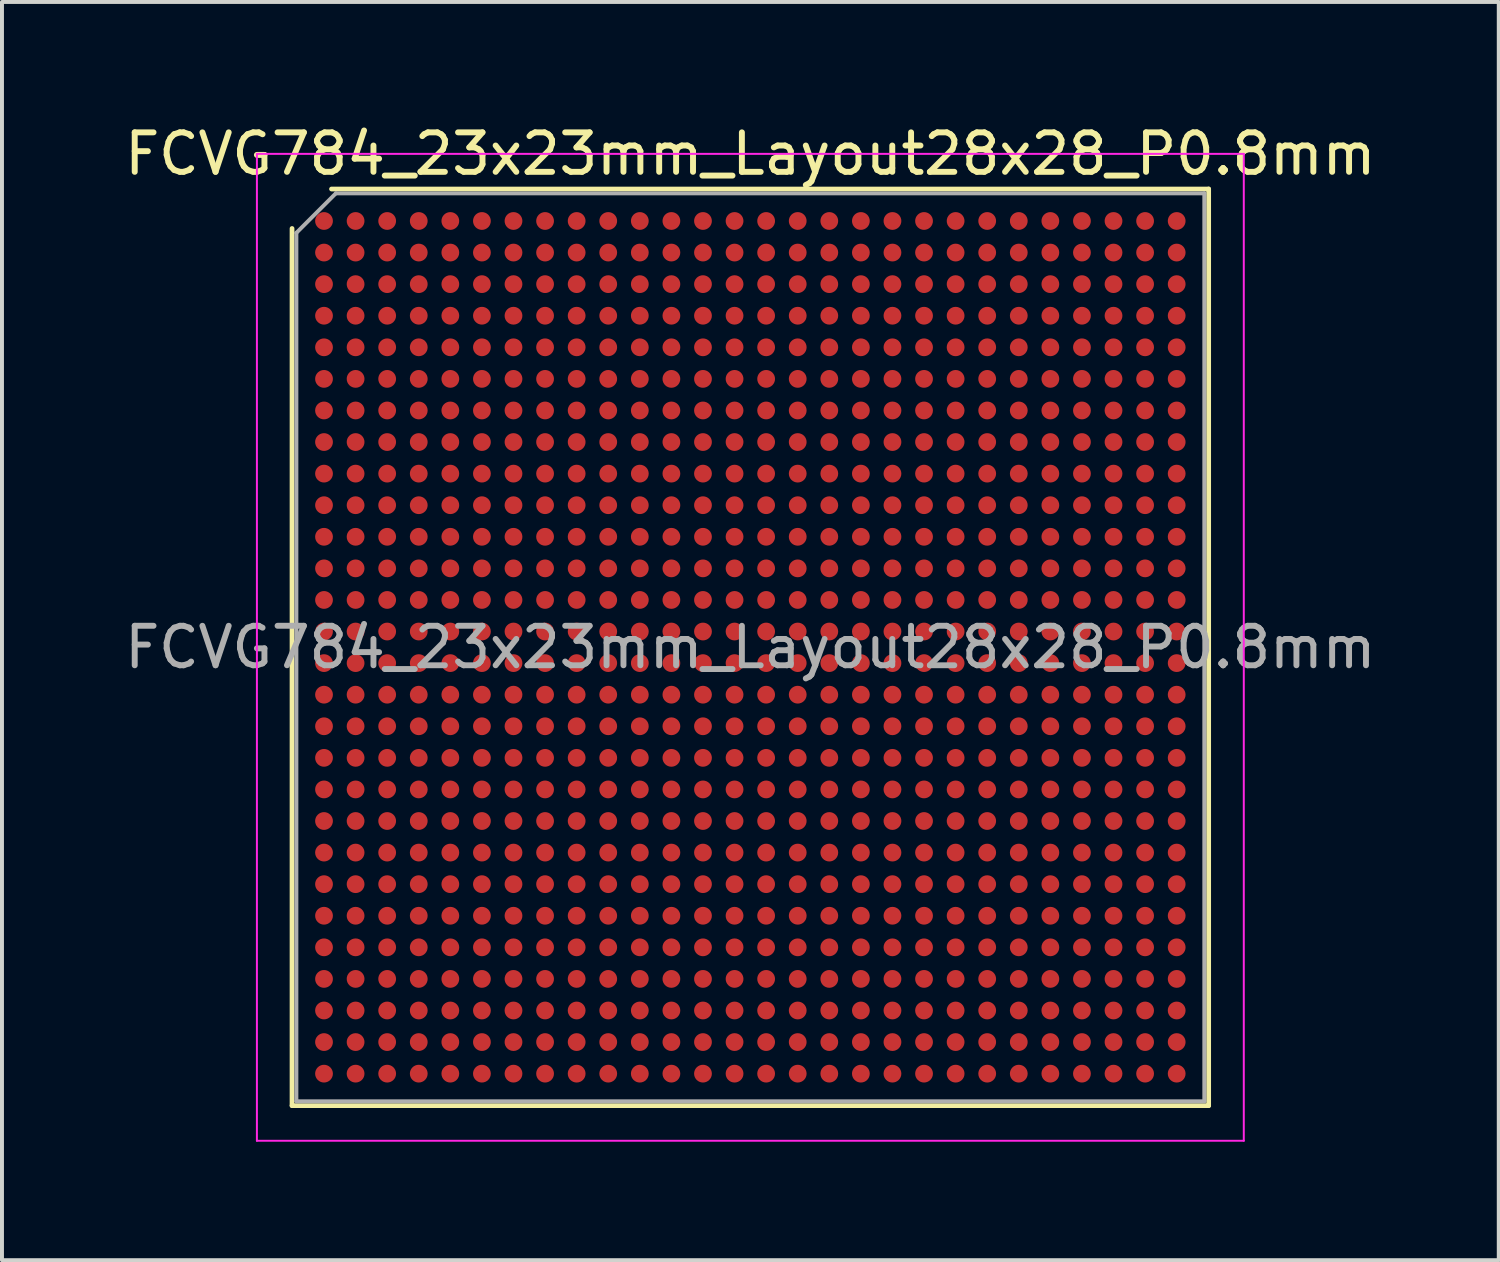
<source format=kicad_pcb>
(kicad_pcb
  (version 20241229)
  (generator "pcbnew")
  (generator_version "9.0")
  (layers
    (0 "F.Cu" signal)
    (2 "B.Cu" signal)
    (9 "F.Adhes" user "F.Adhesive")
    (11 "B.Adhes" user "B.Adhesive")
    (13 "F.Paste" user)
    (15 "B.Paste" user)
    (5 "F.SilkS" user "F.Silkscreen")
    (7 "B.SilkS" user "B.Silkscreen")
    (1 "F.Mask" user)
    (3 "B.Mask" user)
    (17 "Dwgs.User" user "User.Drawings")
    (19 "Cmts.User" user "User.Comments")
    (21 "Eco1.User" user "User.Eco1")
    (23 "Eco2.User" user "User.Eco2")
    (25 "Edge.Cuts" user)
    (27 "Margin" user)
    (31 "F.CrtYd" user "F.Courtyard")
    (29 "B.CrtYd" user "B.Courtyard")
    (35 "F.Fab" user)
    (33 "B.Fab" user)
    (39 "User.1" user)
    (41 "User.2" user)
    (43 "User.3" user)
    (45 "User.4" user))
  (footprint "FCVG784_23x23mm_Layout28x28_P0.8mm"
    (layer "F.Cu")
    (at 15.958 13.348)
    (property "Reference" "FCVG784_23x23mm_Layout28x28_P0.8mm" (at 0 -12.5 0) (layer "F.SilkS") (effects (font (size 1 1) (thickness 0.15))))
    (attr smd)
    (fp_line (start -11.61 11.61) (end -11.61 -10.61) (stroke (width 0.12) (type solid)) (layer "F.SilkS"))
    (fp_line (start -10.61 -11.61) (end 11.61 -11.61) (stroke (width 0.12) (type solid)) (layer "F.SilkS"))
    (fp_line (start 11.61 -11.61) (end 11.61 11.61) (stroke (width 0.12) (type solid)) (layer "F.SilkS"))
    (fp_line (start 11.61 11.61) (end -11.61 11.61) (stroke (width 0.12) (type solid)) (layer "F.SilkS"))
    (fp_line (start -12.5 -12.5) (end -12.5 12.5) (stroke (width 0.05) (type solid)) (layer "F.CrtYd"))
    (fp_line (start -12.5 12.5) (end 12.5 12.5) (stroke (width 0.05) (type solid)) (layer "F.CrtYd"))
    (fp_line (start 12.5 -12.5) (end -12.5 -12.5) (stroke (width 0.05) (type solid)) (layer "F.CrtYd"))
    (fp_line (start 12.5 12.5) (end 12.5 -12.5) (stroke (width 0.05) (type solid)) (layer "F.CrtYd"))
    (fp_line (start -11.5 -10.5) (end -10.5 -11.5) (stroke (width 0.1) (type solid)) (layer "F.Fab"))
    (fp_line (start -11.5 11.5) (end -11.5 -10.5) (stroke (width 0.1) (type solid)) (layer "F.Fab"))
    (fp_line (start -10.5 -11.5) (end 11.5 -11.5) (stroke (width 0.1) (type solid)) (layer "F.Fab"))
    (fp_line (start 11.5 -11.5) (end 11.5 11.5) (stroke (width 0.1) (type solid)) (layer "F.Fab"))
    (fp_line (start 11.5 11.5) (end -11.5 11.5) (stroke (width 0.1) (type solid)) (layer "F.Fab"))
    (fp_text user "${REFERENCE}" (at 0 0 0) (layer "F.Fab") (effects (font (size 1 1) (thickness 0.15))))
    (pad "A1" smd circle (at -10.8 -10.8) (size 0.45 0.45) (layers "F.Cu" "F.Mask" "F.Paste"))
    (pad "A2" smd circle (at -10 -10.8) (size 0.45 0.45) (layers "F.Cu" "F.Mask" "F.Paste"))
    (pad "A3" smd circle (at -9.2 -10.8) (size 0.45 0.45) (layers "F.Cu" "F.Mask" "F.Paste"))
    (pad "A4" smd circle (at -8.4 -10.8) (size 0.45 0.45) (layers "F.Cu" "F.Mask" "F.Paste"))
    (pad "A5" smd circle (at -7.6 -10.8) (size 0.45 0.45) (layers "F.Cu" "F.Mask" "F.Paste"))
    (pad "A6" smd circle (at -6.8 -10.8) (size 0.45 0.45) (layers "F.Cu" "F.Mask" "F.Paste"))
    (pad "A7" smd circle (at -6 -10.8) (size 0.45 0.45) (layers "F.Cu" "F.Mask" "F.Paste"))
    (pad "A8" smd circle (at -5.2 -10.8) (size 0.45 0.45) (layers "F.Cu" "F.Mask" "F.Paste"))
    (pad "A9" smd circle (at -4.4 -10.8) (size 0.45 0.45) (layers "F.Cu" "F.Mask" "F.Paste"))
    (pad "A10" smd circle (at -3.6 -10.8) (size 0.45 0.45) (layers "F.Cu" "F.Mask" "F.Paste"))
    (pad "A11" smd circle (at -2.8 -10.8) (size 0.45 0.45) (layers "F.Cu" "F.Mask" "F.Paste"))
    (pad "A12" smd circle (at -2 -10.8) (size 0.45 0.45) (layers "F.Cu" "F.Mask" "F.Paste"))
    (pad "A13" smd circle (at -1.2 -10.8) (size 0.45 0.45) (layers "F.Cu" "F.Mask" "F.Paste"))
    (pad "A14" smd circle (at -0.4 -10.8) (size 0.45 0.45) (layers "F.Cu" "F.Mask" "F.Paste"))
    (pad "A15" smd circle (at 0.4 -10.8) (size 0.45 0.45) (layers "F.Cu" "F.Mask" "F.Paste"))
    (pad "A16" smd circle (at 1.2 -10.8) (size 0.45 0.45) (layers "F.Cu" "F.Mask" "F.Paste"))
    (pad "A17" smd circle (at 2 -10.8) (size 0.45 0.45) (layers "F.Cu" "F.Mask" "F.Paste"))
    (pad "A18" smd circle (at 2.8 -10.8) (size 0.45 0.45) (layers "F.Cu" "F.Mask" "F.Paste"))
    (pad "A19" smd circle (at 3.6 -10.8) (size 0.45 0.45) (layers "F.Cu" "F.Mask" "F.Paste"))
    (pad "A20" smd circle (at 4.4 -10.8) (size 0.45 0.45) (layers "F.Cu" "F.Mask" "F.Paste"))
    (pad "A21" smd circle (at 5.2 -10.8) (size 0.45 0.45) (layers "F.Cu" "F.Mask" "F.Paste"))
    (pad "A22" smd circle (at 6 -10.8) (size 0.45 0.45) (layers "F.Cu" "F.Mask" "F.Paste"))
    (pad "A23" smd circle (at 6.8 -10.8) (size 0.45 0.45) (layers "F.Cu" "F.Mask" "F.Paste"))
    (pad "A24" smd circle (at 7.6 -10.8) (size 0.45 0.45) (layers "F.Cu" "F.Mask" "F.Paste"))
    (pad "A25" smd circle (at 8.4 -10.8) (size 0.45 0.45) (layers "F.Cu" "F.Mask" "F.Paste"))
    (pad "A26" smd circle (at 9.2 -10.8) (size 0.45 0.45) (layers "F.Cu" "F.Mask" "F.Paste"))
    (pad "A27" smd circle (at 10 -10.8) (size 0.45 0.45) (layers "F.Cu" "F.Mask" "F.Paste"))
    (pad "A28" smd circle (at 10.8 -10.8) (size 0.45 0.45) (layers "F.Cu" "F.Mask" "F.Paste"))
    (pad "AA1" smd circle (at -10.8 5.2) (size 0.45 0.45) (layers "F.Cu" "F.Mask" "F.Paste"))
    (pad "AA2" smd circle (at -10 5.2) (size 0.45 0.45) (layers "F.Cu" "F.Mask" "F.Paste"))
    (pad "AA3" smd circle (at -9.2 5.2) (size 0.45 0.45) (layers "F.Cu" "F.Mask" "F.Paste"))
    (pad "AA4" smd circle (at -8.4 5.2) (size 0.45 0.45) (layers "F.Cu" "F.Mask" "F.Paste"))
    (pad "AA5" smd circle (at -7.6 5.2) (size 0.45 0.45) (layers "F.Cu" "F.Mask" "F.Paste"))
    (pad "AA6" smd circle (at -6.8 5.2) (size 0.45 0.45) (layers "F.Cu" "F.Mask" "F.Paste"))
    (pad "AA7" smd circle (at -6 5.2) (size 0.45 0.45) (layers "F.Cu" "F.Mask" "F.Paste"))
    (pad "AA8" smd circle (at -5.2 5.2) (size 0.45 0.45) (layers "F.Cu" "F.Mask" "F.Paste"))
    (pad "AA9" smd circle (at -4.4 5.2) (size 0.45 0.45) (layers "F.Cu" "F.Mask" "F.Paste"))
    (pad "AA10" smd circle (at -3.6 5.2) (size 0.45 0.45) (layers "F.Cu" "F.Mask" "F.Paste"))
    (pad "AA11" smd circle (at -2.8 5.2) (size 0.45 0.45) (layers "F.Cu" "F.Mask" "F.Paste"))
    (pad "AA12" smd circle (at -2 5.2) (size 0.45 0.45) (layers "F.Cu" "F.Mask" "F.Paste"))
    (pad "AA13" smd circle (at -1.2 5.2) (size 0.45 0.45) (layers "F.Cu" "F.Mask" "F.Paste"))
    (pad "AA14" smd circle (at -0.4 5.2) (size 0.45 0.45) (layers "F.Cu" "F.Mask" "F.Paste"))
    (pad "AA15" smd circle (at 0.4 5.2) (size 0.45 0.45) (layers "F.Cu" "F.Mask" "F.Paste"))
    (pad "AA16" smd circle (at 1.2 5.2) (size 0.45 0.45) (layers "F.Cu" "F.Mask" "F.Paste"))
    (pad "AA17" smd circle (at 2 5.2) (size 0.45 0.45) (layers "F.Cu" "F.Mask" "F.Paste"))
    (pad "AA18" smd circle (at 2.8 5.2) (size 0.45 0.45) (layers "F.Cu" "F.Mask" "F.Paste"))
    (pad "AA19" smd circle (at 3.6 5.2) (size 0.45 0.45) (layers "F.Cu" "F.Mask" "F.Paste"))
    (pad "AA20" smd circle (at 4.4 5.2) (size 0.45 0.45) (layers "F.Cu" "F.Mask" "F.Paste"))
    (pad "AA21" smd circle (at 5.2 5.2) (size 0.45 0.45) (layers "F.Cu" "F.Mask" "F.Paste"))
    (pad "AA22" smd circle (at 6 5.2) (size 0.45 0.45) (layers "F.Cu" "F.Mask" "F.Paste"))
    (pad "AA23" smd circle (at 6.8 5.2) (size 0.45 0.45) (layers "F.Cu" "F.Mask" "F.Paste"))
    (pad "AA24" smd circle (at 7.6 5.2) (size 0.45 0.45) (layers "F.Cu" "F.Mask" "F.Paste"))
    (pad "AA25" smd circle (at 8.4 5.2) (size 0.45 0.45) (layers "F.Cu" "F.Mask" "F.Paste"))
    (pad "AA26" smd circle (at 9.2 5.2) (size 0.45 0.45) (layers "F.Cu" "F.Mask" "F.Paste"))
    (pad "AA27" smd circle (at 10 5.2) (size 0.45 0.45) (layers "F.Cu" "F.Mask" "F.Paste"))
    (pad "AA28" smd circle (at 10.8 5.2) (size 0.45 0.45) (layers "F.Cu" "F.Mask" "F.Paste"))
    (pad "AB1" smd circle (at -10.8 6) (size 0.45 0.45) (layers "F.Cu" "F.Mask" "F.Paste"))
    (pad "AB2" smd circle (at -10 6) (size 0.45 0.45) (layers "F.Cu" "F.Mask" "F.Paste"))
    (pad "AB3" smd circle (at -9.2 6) (size 0.45 0.45) (layers "F.Cu" "F.Mask" "F.Paste"))
    (pad "AB4" smd circle (at -8.4 6) (size 0.45 0.45) (layers "F.Cu" "F.Mask" "F.Paste"))
    (pad "AB5" smd circle (at -7.6 6) (size 0.45 0.45) (layers "F.Cu" "F.Mask" "F.Paste"))
    (pad "AB6" smd circle (at -6.8 6) (size 0.45 0.45) (layers "F.Cu" "F.Mask" "F.Paste"))
    (pad "AB7" smd circle (at -6 6) (size 0.45 0.45) (layers "F.Cu" "F.Mask" "F.Paste"))
    (pad "AB8" smd circle (at -5.2 6) (size 0.45 0.45) (layers "F.Cu" "F.Mask" "F.Paste"))
    (pad "AB9" smd circle (at -4.4 6) (size 0.45 0.45) (layers "F.Cu" "F.Mask" "F.Paste"))
    (pad "AB10" smd circle (at -3.6 6) (size 0.45 0.45) (layers "F.Cu" "F.Mask" "F.Paste"))
    (pad "AB11" smd circle (at -2.8 6) (size 0.45 0.45) (layers "F.Cu" "F.Mask" "F.Paste"))
    (pad "AB12" smd circle (at -2 6) (size 0.45 0.45) (layers "F.Cu" "F.Mask" "F.Paste"))
    (pad "AB13" smd circle (at -1.2 6) (size 0.45 0.45) (layers "F.Cu" "F.Mask" "F.Paste"))
    (pad "AB14" smd circle (at -0.4 6) (size 0.45 0.45) (layers "F.Cu" "F.Mask" "F.Paste"))
    (pad "AB15" smd circle (at 0.4 6) (size 0.45 0.45) (layers "F.Cu" "F.Mask" "F.Paste"))
    (pad "AB16" smd circle (at 1.2 6) (size 0.45 0.45) (layers "F.Cu" "F.Mask" "F.Paste"))
    (pad "AB17" smd circle (at 2 6) (size 0.45 0.45) (layers "F.Cu" "F.Mask" "F.Paste"))
    (pad "AB18" smd circle (at 2.8 6) (size 0.45 0.45) (layers "F.Cu" "F.Mask" "F.Paste"))
    (pad "AB19" smd circle (at 3.6 6) (size 0.45 0.45) (layers "F.Cu" "F.Mask" "F.Paste"))
    (pad "AB20" smd circle (at 4.4 6) (size 0.45 0.45) (layers "F.Cu" "F.Mask" "F.Paste"))
    (pad "AB21" smd circle (at 5.2 6) (size 0.45 0.45) (layers "F.Cu" "F.Mask" "F.Paste"))
    (pad "AB22" smd circle (at 6 6) (size 0.45 0.45) (layers "F.Cu" "F.Mask" "F.Paste"))
    (pad "AB23" smd circle (at 6.8 6) (size 0.45 0.45) (layers "F.Cu" "F.Mask" "F.Paste"))
    (pad "AB24" smd circle (at 7.6 6) (size 0.45 0.45) (layers "F.Cu" "F.Mask" "F.Paste"))
    (pad "AB25" smd circle (at 8.4 6) (size 0.45 0.45) (layers "F.Cu" "F.Mask" "F.Paste"))
    (pad "AB26" smd circle (at 9.2 6) (size 0.45 0.45) (layers "F.Cu" "F.Mask" "F.Paste"))
    (pad "AB27" smd circle (at 10 6) (size 0.45 0.45) (layers "F.Cu" "F.Mask" "F.Paste"))
    (pad "AB28" smd circle (at 10.8 6) (size 0.45 0.45) (layers "F.Cu" "F.Mask" "F.Paste"))
    (pad "AC1" smd circle (at -10.8 6.8) (size 0.45 0.45) (layers "F.Cu" "F.Mask" "F.Paste"))
    (pad "AC2" smd circle (at -10 6.8) (size 0.45 0.45) (layers "F.Cu" "F.Mask" "F.Paste"))
    (pad "AC3" smd circle (at -9.2 6.8) (size 0.45 0.45) (layers "F.Cu" "F.Mask" "F.Paste"))
    (pad "AC4" smd circle (at -8.4 6.8) (size 0.45 0.45) (layers "F.Cu" "F.Mask" "F.Paste"))
    (pad "AC5" smd circle (at -7.6 6.8) (size 0.45 0.45) (layers "F.Cu" "F.Mask" "F.Paste"))
    (pad "AC6" smd circle (at -6.8 6.8) (size 0.45 0.45) (layers "F.Cu" "F.Mask" "F.Paste"))
    (pad "AC7" smd circle (at -6 6.8) (size 0.45 0.45) (layers "F.Cu" "F.Mask" "F.Paste"))
    (pad "AC8" smd circle (at -5.2 6.8) (size 0.45 0.45) (layers "F.Cu" "F.Mask" "F.Paste"))
    (pad "AC9" smd circle (at -4.4 6.8) (size 0.45 0.45) (layers "F.Cu" "F.Mask" "F.Paste"))
    (pad "AC10" smd circle (at -3.6 6.8) (size 0.45 0.45) (layers "F.Cu" "F.Mask" "F.Paste"))
    (pad "AC11" smd circle (at -2.8 6.8) (size 0.45 0.45) (layers "F.Cu" "F.Mask" "F.Paste"))
    (pad "AC12" smd circle (at -2 6.8) (size 0.45 0.45) (layers "F.Cu" "F.Mask" "F.Paste"))
    (pad "AC13" smd circle (at -1.2 6.8) (size 0.45 0.45) (layers "F.Cu" "F.Mask" "F.Paste"))
    (pad "AC14" smd circle (at -0.4 6.8) (size 0.45 0.45) (layers "F.Cu" "F.Mask" "F.Paste"))
    (pad "AC15" smd circle (at 0.4 6.8) (size 0.45 0.45) (layers "F.Cu" "F.Mask" "F.Paste"))
    (pad "AC16" smd circle (at 1.2 6.8) (size 0.45 0.45) (layers "F.Cu" "F.Mask" "F.Paste"))
    (pad "AC17" smd circle (at 2 6.8) (size 0.45 0.45) (layers "F.Cu" "F.Mask" "F.Paste"))
    (pad "AC18" smd circle (at 2.8 6.8) (size 0.45 0.45) (layers "F.Cu" "F.Mask" "F.Paste"))
    (pad "AC19" smd circle (at 3.6 6.8) (size 0.45 0.45) (layers "F.Cu" "F.Mask" "F.Paste"))
    (pad "AC20" smd circle (at 4.4 6.8) (size 0.45 0.45) (layers "F.Cu" "F.Mask" "F.Paste"))
    (pad "AC21" smd circle (at 5.2 6.8) (size 0.45 0.45) (layers "F.Cu" "F.Mask" "F.Paste"))
    (pad "AC22" smd circle (at 6 6.8) (size 0.45 0.45) (layers "F.Cu" "F.Mask" "F.Paste"))
    (pad "AC23" smd circle (at 6.8 6.8) (size 0.45 0.45) (layers "F.Cu" "F.Mask" "F.Paste"))
    (pad "AC24" smd circle (at 7.6 6.8) (size 0.45 0.45) (layers "F.Cu" "F.Mask" "F.Paste"))
    (pad "AC25" smd circle (at 8.4 6.8) (size 0.45 0.45) (layers "F.Cu" "F.Mask" "F.Paste"))
    (pad "AC26" smd circle (at 9.2 6.8) (size 0.45 0.45) (layers "F.Cu" "F.Mask" "F.Paste"))
    (pad "AC27" smd circle (at 10 6.8) (size 0.45 0.45) (layers "F.Cu" "F.Mask" "F.Paste"))
    (pad "AC28" smd circle (at 10.8 6.8) (size 0.45 0.45) (layers "F.Cu" "F.Mask" "F.Paste"))
    (pad "AD1" smd circle (at -10.8 7.6) (size 0.45 0.45) (layers "F.Cu" "F.Mask" "F.Paste"))
    (pad "AD2" smd circle (at -10 7.6) (size 0.45 0.45) (layers "F.Cu" "F.Mask" "F.Paste"))
    (pad "AD3" smd circle (at -9.2 7.6) (size 0.45 0.45) (layers "F.Cu" "F.Mask" "F.Paste"))
    (pad "AD4" smd circle (at -8.4 7.6) (size 0.45 0.45) (layers "F.Cu" "F.Mask" "F.Paste"))
    (pad "AD5" smd circle (at -7.6 7.6) (size 0.45 0.45) (layers "F.Cu" "F.Mask" "F.Paste"))
    (pad "AD6" smd circle (at -6.8 7.6) (size 0.45 0.45) (layers "F.Cu" "F.Mask" "F.Paste"))
    (pad "AD7" smd circle (at -6 7.6) (size 0.45 0.45) (layers "F.Cu" "F.Mask" "F.Paste"))
    (pad "AD8" smd circle (at -5.2 7.6) (size 0.45 0.45) (layers "F.Cu" "F.Mask" "F.Paste"))
    (pad "AD9" smd circle (at -4.4 7.6) (size 0.45 0.45) (layers "F.Cu" "F.Mask" "F.Paste"))
    (pad "AD10" smd circle (at -3.6 7.6) (size 0.45 0.45) (layers "F.Cu" "F.Mask" "F.Paste"))
    (pad "AD11" smd circle (at -2.8 7.6) (size 0.45 0.45) (layers "F.Cu" "F.Mask" "F.Paste"))
    (pad "AD12" smd circle (at -2 7.6) (size 0.45 0.45) (layers "F.Cu" "F.Mask" "F.Paste"))
    (pad "AD13" smd circle (at -1.2 7.6) (size 0.45 0.45) (layers "F.Cu" "F.Mask" "F.Paste"))
    (pad "AD14" smd circle (at -0.4 7.6) (size 0.45 0.45) (layers "F.Cu" "F.Mask" "F.Paste"))
    (pad "AD15" smd circle (at 0.4 7.6) (size 0.45 0.45) (layers "F.Cu" "F.Mask" "F.Paste"))
    (pad "AD16" smd circle (at 1.2 7.6) (size 0.45 0.45) (layers "F.Cu" "F.Mask" "F.Paste"))
    (pad "AD17" smd circle (at 2 7.6) (size 0.45 0.45) (layers "F.Cu" "F.Mask" "F.Paste"))
    (pad "AD18" smd circle (at 2.8 7.6) (size 0.45 0.45) (layers "F.Cu" "F.Mask" "F.Paste"))
    (pad "AD19" smd circle (at 3.6 7.6) (size 0.45 0.45) (layers "F.Cu" "F.Mask" "F.Paste"))
    (pad "AD20" smd circle (at 4.4 7.6) (size 0.45 0.45) (layers "F.Cu" "F.Mask" "F.Paste"))
    (pad "AD21" smd circle (at 5.2 7.6) (size 0.45 0.45) (layers "F.Cu" "F.Mask" "F.Paste"))
    (pad "AD22" smd circle (at 6 7.6) (size 0.45 0.45) (layers "F.Cu" "F.Mask" "F.Paste"))
    (pad "AD23" smd circle (at 6.8 7.6) (size 0.45 0.45) (layers "F.Cu" "F.Mask" "F.Paste"))
    (pad "AD24" smd circle (at 7.6 7.6) (size 0.45 0.45) (layers "F.Cu" "F.Mask" "F.Paste"))
    (pad "AD25" smd circle (at 8.4 7.6) (size 0.45 0.45) (layers "F.Cu" "F.Mask" "F.Paste"))
    (pad "AD26" smd circle (at 9.2 7.6) (size 0.45 0.45) (layers "F.Cu" "F.Mask" "F.Paste"))
    (pad "AD27" smd circle (at 10 7.6) (size 0.45 0.45) (layers "F.Cu" "F.Mask" "F.Paste"))
    (pad "AD28" smd circle (at 10.8 7.6) (size 0.45 0.45) (layers "F.Cu" "F.Mask" "F.Paste"))
    (pad "AE1" smd circle (at -10.8 8.4) (size 0.45 0.45) (layers "F.Cu" "F.Mask" "F.Paste"))
    (pad "AE2" smd circle (at -10 8.4) (size 0.45 0.45) (layers "F.Cu" "F.Mask" "F.Paste"))
    (pad "AE3" smd circle (at -9.2 8.4) (size 0.45 0.45) (layers "F.Cu" "F.Mask" "F.Paste"))
    (pad "AE4" smd circle (at -8.4 8.4) (size 0.45 0.45) (layers "F.Cu" "F.Mask" "F.Paste"))
    (pad "AE5" smd circle (at -7.6 8.4) (size 0.45 0.45) (layers "F.Cu" "F.Mask" "F.Paste"))
    (pad "AE6" smd circle (at -6.8 8.4) (size 0.45 0.45) (layers "F.Cu" "F.Mask" "F.Paste"))
    (pad "AE7" smd circle (at -6 8.4) (size 0.45 0.45) (layers "F.Cu" "F.Mask" "F.Paste"))
    (pad "AE8" smd circle (at -5.2 8.4) (size 0.45 0.45) (layers "F.Cu" "F.Mask" "F.Paste"))
    (pad "AE9" smd circle (at -4.4 8.4) (size 0.45 0.45) (layers "F.Cu" "F.Mask" "F.Paste"))
    (pad "AE10" smd circle (at -3.6 8.4) (size 0.45 0.45) (layers "F.Cu" "F.Mask" "F.Paste"))
    (pad "AE11" smd circle (at -2.8 8.4) (size 0.45 0.45) (layers "F.Cu" "F.Mask" "F.Paste"))
    (pad "AE12" smd circle (at -2 8.4) (size 0.45 0.45) (layers "F.Cu" "F.Mask" "F.Paste"))
    (pad "AE13" smd circle (at -1.2 8.4) (size 0.45 0.45) (layers "F.Cu" "F.Mask" "F.Paste"))
    (pad "AE14" smd circle (at -0.4 8.4) (size 0.45 0.45) (layers "F.Cu" "F.Mask" "F.Paste"))
    (pad "AE15" smd circle (at 0.4 8.4) (size 0.45 0.45) (layers "F.Cu" "F.Mask" "F.Paste"))
    (pad "AE16" smd circle (at 1.2 8.4) (size 0.45 0.45) (layers "F.Cu" "F.Mask" "F.Paste"))
    (pad "AE17" smd circle (at 2 8.4) (size 0.45 0.45) (layers "F.Cu" "F.Mask" "F.Paste"))
    (pad "AE18" smd circle (at 2.8 8.4) (size 0.45 0.45) (layers "F.Cu" "F.Mask" "F.Paste"))
    (pad "AE19" smd circle (at 3.6 8.4) (size 0.45 0.45) (layers "F.Cu" "F.Mask" "F.Paste"))
    (pad "AE20" smd circle (at 4.4 8.4) (size 0.45 0.45) (layers "F.Cu" "F.Mask" "F.Paste"))
    (pad "AE21" smd circle (at 5.2 8.4) (size 0.45 0.45) (layers "F.Cu" "F.Mask" "F.Paste"))
    (pad "AE22" smd circle (at 6 8.4) (size 0.45 0.45) (layers "F.Cu" "F.Mask" "F.Paste"))
    (pad "AE23" smd circle (at 6.8 8.4) (size 0.45 0.45) (layers "F.Cu" "F.Mask" "F.Paste"))
    (pad "AE24" smd circle (at 7.6 8.4) (size 0.45 0.45) (layers "F.Cu" "F.Mask" "F.Paste"))
    (pad "AE25" smd circle (at 8.4 8.4) (size 0.45 0.45) (layers "F.Cu" "F.Mask" "F.Paste"))
    (pad "AE26" smd circle (at 9.2 8.4) (size 0.45 0.45) (layers "F.Cu" "F.Mask" "F.Paste"))
    (pad "AE27" smd circle (at 10 8.4) (size 0.45 0.45) (layers "F.Cu" "F.Mask" "F.Paste"))
    (pad "AE28" smd circle (at 10.8 8.4) (size 0.45 0.45) (layers "F.Cu" "F.Mask" "F.Paste"))
    (pad "AF1" smd circle (at -10.8 9.2) (size 0.45 0.45) (layers "F.Cu" "F.Mask" "F.Paste"))
    (pad "AF2" smd circle (at -10 9.2) (size 0.45 0.45) (layers "F.Cu" "F.Mask" "F.Paste"))
    (pad "AF3" smd circle (at -9.2 9.2) (size 0.45 0.45) (layers "F.Cu" "F.Mask" "F.Paste"))
    (pad "AF4" smd circle (at -8.4 9.2) (size 0.45 0.45) (layers "F.Cu" "F.Mask" "F.Paste"))
    (pad "AF5" smd circle (at -7.6 9.2) (size 0.45 0.45) (layers "F.Cu" "F.Mask" "F.Paste"))
    (pad "AF6" smd circle (at -6.8 9.2) (size 0.45 0.45) (layers "F.Cu" "F.Mask" "F.Paste"))
    (pad "AF7" smd circle (at -6 9.2) (size 0.45 0.45) (layers "F.Cu" "F.Mask" "F.Paste"))
    (pad "AF8" smd circle (at -5.2 9.2) (size 0.45 0.45) (layers "F.Cu" "F.Mask" "F.Paste"))
    (pad "AF9" smd circle (at -4.4 9.2) (size 0.45 0.45) (layers "F.Cu" "F.Mask" "F.Paste"))
    (pad "AF10" smd circle (at -3.6 9.2) (size 0.45 0.45) (layers "F.Cu" "F.Mask" "F.Paste"))
    (pad "AF11" smd circle (at -2.8 9.2) (size 0.45 0.45) (layers "F.Cu" "F.Mask" "F.Paste"))
    (pad "AF12" smd circle (at -2 9.2) (size 0.45 0.45) (layers "F.Cu" "F.Mask" "F.Paste"))
    (pad "AF13" smd circle (at -1.2 9.2) (size 0.45 0.45) (layers "F.Cu" "F.Mask" "F.Paste"))
    (pad "AF14" smd circle (at -0.4 9.2) (size 0.45 0.45) (layers "F.Cu" "F.Mask" "F.Paste"))
    (pad "AF15" smd circle (at 0.4 9.2) (size 0.45 0.45) (layers "F.Cu" "F.Mask" "F.Paste"))
    (pad "AF16" smd circle (at 1.2 9.2) (size 0.45 0.45) (layers "F.Cu" "F.Mask" "F.Paste"))
    (pad "AF17" smd circle (at 2 9.2) (size 0.45 0.45) (layers "F.Cu" "F.Mask" "F.Paste"))
    (pad "AF18" smd circle (at 2.8 9.2) (size 0.45 0.45) (layers "F.Cu" "F.Mask" "F.Paste"))
    (pad "AF19" smd circle (at 3.6 9.2) (size 0.45 0.45) (layers "F.Cu" "F.Mask" "F.Paste"))
    (pad "AF20" smd circle (at 4.4 9.2) (size 0.45 0.45) (layers "F.Cu" "F.Mask" "F.Paste"))
    (pad "AF21" smd circle (at 5.2 9.2) (size 0.45 0.45) (layers "F.Cu" "F.Mask" "F.Paste"))
    (pad "AF22" smd circle (at 6 9.2) (size 0.45 0.45) (layers "F.Cu" "F.Mask" "F.Paste"))
    (pad "AF23" smd circle (at 6.8 9.2) (size 0.45 0.45) (layers "F.Cu" "F.Mask" "F.Paste"))
    (pad "AF24" smd circle (at 7.6 9.2) (size 0.45 0.45) (layers "F.Cu" "F.Mask" "F.Paste"))
    (pad "AF25" smd circle (at 8.4 9.2) (size 0.45 0.45) (layers "F.Cu" "F.Mask" "F.Paste"))
    (pad "AF26" smd circle (at 9.2 9.2) (size 0.45 0.45) (layers "F.Cu" "F.Mask" "F.Paste"))
    (pad "AF27" smd circle (at 10 9.2) (size 0.45 0.45) (layers "F.Cu" "F.Mask" "F.Paste"))
    (pad "AF28" smd circle (at 10.8 9.2) (size 0.45 0.45) (layers "F.Cu" "F.Mask" "F.Paste"))
    (pad "AG1" smd circle (at -10.8 10) (size 0.45 0.45) (layers "F.Cu" "F.Mask" "F.Paste"))
    (pad "AG2" smd circle (at -10 10) (size 0.45 0.45) (layers "F.Cu" "F.Mask" "F.Paste"))
    (pad "AG3" smd circle (at -9.2 10) (size 0.45 0.45) (layers "F.Cu" "F.Mask" "F.Paste"))
    (pad "AG4" smd circle (at -8.4 10) (size 0.45 0.45) (layers "F.Cu" "F.Mask" "F.Paste"))
    (pad "AG5" smd circle (at -7.6 10) (size 0.45 0.45) (layers "F.Cu" "F.Mask" "F.Paste"))
    (pad "AG6" smd circle (at -6.8 10) (size 0.45 0.45) (layers "F.Cu" "F.Mask" "F.Paste"))
    (pad "AG7" smd circle (at -6 10) (size 0.45 0.45) (layers "F.Cu" "F.Mask" "F.Paste"))
    (pad "AG8" smd circle (at -5.2 10) (size 0.45 0.45) (layers "F.Cu" "F.Mask" "F.Paste"))
    (pad "AG9" smd circle (at -4.4 10) (size 0.45 0.45) (layers "F.Cu" "F.Mask" "F.Paste"))
    (pad "AG10" smd circle (at -3.6 10) (size 0.45 0.45) (layers "F.Cu" "F.Mask" "F.Paste"))
    (pad "AG11" smd circle (at -2.8 10) (size 0.45 0.45) (layers "F.Cu" "F.Mask" "F.Paste"))
    (pad "AG12" smd circle (at -2 10) (size 0.45 0.45) (layers "F.Cu" "F.Mask" "F.Paste"))
    (pad "AG13" smd circle (at -1.2 10) (size 0.45 0.45) (layers "F.Cu" "F.Mask" "F.Paste"))
    (pad "AG14" smd circle (at -0.4 10) (size 0.45 0.45) (layers "F.Cu" "F.Mask" "F.Paste"))
    (pad "AG15" smd circle (at 0.4 10) (size 0.45 0.45) (layers "F.Cu" "F.Mask" "F.Paste"))
    (pad "AG16" smd circle (at 1.2 10) (size 0.45 0.45) (layers "F.Cu" "F.Mask" "F.Paste"))
    (pad "AG17" smd circle (at 2 10) (size 0.45 0.45) (layers "F.Cu" "F.Mask" "F.Paste"))
    (pad "AG18" smd circle (at 2.8 10) (size 0.45 0.45) (layers "F.Cu" "F.Mask" "F.Paste"))
    (pad "AG19" smd circle (at 3.6 10) (size 0.45 0.45) (layers "F.Cu" "F.Mask" "F.Paste"))
    (pad "AG20" smd circle (at 4.4 10) (size 0.45 0.45) (layers "F.Cu" "F.Mask" "F.Paste"))
    (pad "AG21" smd circle (at 5.2 10) (size 0.45 0.45) (layers "F.Cu" "F.Mask" "F.Paste"))
    (pad "AG22" smd circle (at 6 10) (size 0.45 0.45) (layers "F.Cu" "F.Mask" "F.Paste"))
    (pad "AG23" smd circle (at 6.8 10) (size 0.45 0.45) (layers "F.Cu" "F.Mask" "F.Paste"))
    (pad "AG24" smd circle (at 7.6 10) (size 0.45 0.45) (layers "F.Cu" "F.Mask" "F.Paste"))
    (pad "AG25" smd circle (at 8.4 10) (size 0.45 0.45) (layers "F.Cu" "F.Mask" "F.Paste"))
    (pad "AG26" smd circle (at 9.2 10) (size 0.45 0.45) (layers "F.Cu" "F.Mask" "F.Paste"))
    (pad "AG27" smd circle (at 10 10) (size 0.45 0.45) (layers "F.Cu" "F.Mask" "F.Paste"))
    (pad "AG28" smd circle (at 10.8 10) (size 0.45 0.45) (layers "F.Cu" "F.Mask" "F.Paste"))
    (pad "AH1" smd circle (at -10.8 10.8) (size 0.45 0.45) (layers "F.Cu" "F.Mask" "F.Paste"))
    (pad "AH2" smd circle (at -10 10.8) (size 0.45 0.45) (layers "F.Cu" "F.Mask" "F.Paste"))
    (pad "AH3" smd circle (at -9.2 10.8) (size 0.45 0.45) (layers "F.Cu" "F.Mask" "F.Paste"))
    (pad "AH4" smd circle (at -8.4 10.8) (size 0.45 0.45) (layers "F.Cu" "F.Mask" "F.Paste"))
    (pad "AH5" smd circle (at -7.6 10.8) (size 0.45 0.45) (layers "F.Cu" "F.Mask" "F.Paste"))
    (pad "AH6" smd circle (at -6.8 10.8) (size 0.45 0.45) (layers "F.Cu" "F.Mask" "F.Paste"))
    (pad "AH7" smd circle (at -6 10.8) (size 0.45 0.45) (layers "F.Cu" "F.Mask" "F.Paste"))
    (pad "AH8" smd circle (at -5.2 10.8) (size 0.45 0.45) (layers "F.Cu" "F.Mask" "F.Paste"))
    (pad "AH9" smd circle (at -4.4 10.8) (size 0.45 0.45) (layers "F.Cu" "F.Mask" "F.Paste"))
    (pad "AH10" smd circle (at -3.6 10.8) (size 0.45 0.45) (layers "F.Cu" "F.Mask" "F.Paste"))
    (pad "AH11" smd circle (at -2.8 10.8) (size 0.45 0.45) (layers "F.Cu" "F.Mask" "F.Paste"))
    (pad "AH12" smd circle (at -2 10.8) (size 0.45 0.45) (layers "F.Cu" "F.Mask" "F.Paste"))
    (pad "AH13" smd circle (at -1.2 10.8) (size 0.45 0.45) (layers "F.Cu" "F.Mask" "F.Paste"))
    (pad "AH14" smd circle (at -0.4 10.8) (size 0.45 0.45) (layers "F.Cu" "F.Mask" "F.Paste"))
    (pad "AH15" smd circle (at 0.4 10.8) (size 0.45 0.45) (layers "F.Cu" "F.Mask" "F.Paste"))
    (pad "AH16" smd circle (at 1.2 10.8) (size 0.45 0.45) (layers "F.Cu" "F.Mask" "F.Paste"))
    (pad "AH17" smd circle (at 2 10.8) (size 0.45 0.45) (layers "F.Cu" "F.Mask" "F.Paste"))
    (pad "AH18" smd circle (at 2.8 10.8) (size 0.45 0.45) (layers "F.Cu" "F.Mask" "F.Paste"))
    (pad "AH19" smd circle (at 3.6 10.8) (size 0.45 0.45) (layers "F.Cu" "F.Mask" "F.Paste"))
    (pad "AH20" smd circle (at 4.4 10.8) (size 0.45 0.45) (layers "F.Cu" "F.Mask" "F.Paste"))
    (pad "AH21" smd circle (at 5.2 10.8) (size 0.45 0.45) (layers "F.Cu" "F.Mask" "F.Paste"))
    (pad "AH22" smd circle (at 6 10.8) (size 0.45 0.45) (layers "F.Cu" "F.Mask" "F.Paste"))
    (pad "AH23" smd circle (at 6.8 10.8) (size 0.45 0.45) (layers "F.Cu" "F.Mask" "F.Paste"))
    (pad "AH24" smd circle (at 7.6 10.8) (size 0.45 0.45) (layers "F.Cu" "F.Mask" "F.Paste"))
    (pad "AH25" smd circle (at 8.4 10.8) (size 0.45 0.45) (layers "F.Cu" "F.Mask" "F.Paste"))
    (pad "AH26" smd circle (at 9.2 10.8) (size 0.45 0.45) (layers "F.Cu" "F.Mask" "F.Paste"))
    (pad "AH27" smd circle (at 10 10.8) (size 0.45 0.45) (layers "F.Cu" "F.Mask" "F.Paste"))
    (pad "AH28" smd circle (at 10.8 10.8) (size 0.45 0.45) (layers "F.Cu" "F.Mask" "F.Paste"))
    (pad "B1" smd circle (at -10.8 -10) (size 0.45 0.45) (layers "F.Cu" "F.Mask" "F.Paste"))
    (pad "B2" smd circle (at -10 -10) (size 0.45 0.45) (layers "F.Cu" "F.Mask" "F.Paste"))
    (pad "B3" smd circle (at -9.2 -10) (size 0.45 0.45) (layers "F.Cu" "F.Mask" "F.Paste"))
    (pad "B4" smd circle (at -8.4 -10) (size 0.45 0.45) (layers "F.Cu" "F.Mask" "F.Paste"))
    (pad "B5" smd circle (at -7.6 -10) (size 0.45 0.45) (layers "F.Cu" "F.Mask" "F.Paste"))
    (pad "B6" smd circle (at -6.8 -10) (size 0.45 0.45) (layers "F.Cu" "F.Mask" "F.Paste"))
    (pad "B7" smd circle (at -6 -10) (size 0.45 0.45) (layers "F.Cu" "F.Mask" "F.Paste"))
    (pad "B8" smd circle (at -5.2 -10) (size 0.45 0.45) (layers "F.Cu" "F.Mask" "F.Paste"))
    (pad "B9" smd circle (at -4.4 -10) (size 0.45 0.45) (layers "F.Cu" "F.Mask" "F.Paste"))
    (pad "B10" smd circle (at -3.6 -10) (size 0.45 0.45) (layers "F.Cu" "F.Mask" "F.Paste"))
    (pad "B11" smd circle (at -2.8 -10) (size 0.45 0.45) (layers "F.Cu" "F.Mask" "F.Paste"))
    (pad "B12" smd circle (at -2 -10) (size 0.45 0.45) (layers "F.Cu" "F.Mask" "F.Paste"))
    (pad "B13" smd circle (at -1.2 -10) (size 0.45 0.45) (layers "F.Cu" "F.Mask" "F.Paste"))
    (pad "B14" smd circle (at -0.4 -10) (size 0.45 0.45) (layers "F.Cu" "F.Mask" "F.Paste"))
    (pad "B15" smd circle (at 0.4 -10) (size 0.45 0.45) (layers "F.Cu" "F.Mask" "F.Paste"))
    (pad "B16" smd circle (at 1.2 -10) (size 0.45 0.45) (layers "F.Cu" "F.Mask" "F.Paste"))
    (pad "B17" smd circle (at 2 -10) (size 0.45 0.45) (layers "F.Cu" "F.Mask" "F.Paste"))
    (pad "B18" smd circle (at 2.8 -10) (size 0.45 0.45) (layers "F.Cu" "F.Mask" "F.Paste"))
    (pad "B19" smd circle (at 3.6 -10) (size 0.45 0.45) (layers "F.Cu" "F.Mask" "F.Paste"))
    (pad "B20" smd circle (at 4.4 -10) (size 0.45 0.45) (layers "F.Cu" "F.Mask" "F.Paste"))
    (pad "B21" smd circle (at 5.2 -10) (size 0.45 0.45) (layers "F.Cu" "F.Mask" "F.Paste"))
    (pad "B22" smd circle (at 6 -10) (size 0.45 0.45) (layers "F.Cu" "F.Mask" "F.Paste"))
    (pad "B23" smd circle (at 6.8 -10) (size 0.45 0.45) (layers "F.Cu" "F.Mask" "F.Paste"))
    (pad "B24" smd circle (at 7.6 -10) (size 0.45 0.45) (layers "F.Cu" "F.Mask" "F.Paste"))
    (pad "B25" smd circle (at 8.4 -10) (size 0.45 0.45) (layers "F.Cu" "F.Mask" "F.Paste"))
    (pad "B26" smd circle (at 9.2 -10) (size 0.45 0.45) (layers "F.Cu" "F.Mask" "F.Paste"))
    (pad "B27" smd circle (at 10 -10) (size 0.45 0.45) (layers "F.Cu" "F.Mask" "F.Paste"))
    (pad "B28" smd circle (at 10.8 -10) (size 0.45 0.45) (layers "F.Cu" "F.Mask" "F.Paste"))
    (pad "C1" smd circle (at -10.8 -9.2) (size 0.45 0.45) (layers "F.Cu" "F.Mask" "F.Paste"))
    (pad "C2" smd circle (at -10 -9.2) (size 0.45 0.45) (layers "F.Cu" "F.Mask" "F.Paste"))
    (pad "C3" smd circle (at -9.2 -9.2) (size 0.45 0.45) (layers "F.Cu" "F.Mask" "F.Paste"))
    (pad "C4" smd circle (at -8.4 -9.2) (size 0.45 0.45) (layers "F.Cu" "F.Mask" "F.Paste"))
    (pad "C5" smd circle (at -7.6 -9.2) (size 0.45 0.45) (layers "F.Cu" "F.Mask" "F.Paste"))
    (pad "C6" smd circle (at -6.8 -9.2) (size 0.45 0.45) (layers "F.Cu" "F.Mask" "F.Paste"))
    (pad "C7" smd circle (at -6 -9.2) (size 0.45 0.45) (layers "F.Cu" "F.Mask" "F.Paste"))
    (pad "C8" smd circle (at -5.2 -9.2) (size 0.45 0.45) (layers "F.Cu" "F.Mask" "F.Paste"))
    (pad "C9" smd circle (at -4.4 -9.2) (size 0.45 0.45) (layers "F.Cu" "F.Mask" "F.Paste"))
    (pad "C10" smd circle (at -3.6 -9.2) (size 0.45 0.45) (layers "F.Cu" "F.Mask" "F.Paste"))
    (pad "C11" smd circle (at -2.8 -9.2) (size 0.45 0.45) (layers "F.Cu" "F.Mask" "F.Paste"))
    (pad "C12" smd circle (at -2 -9.2) (size 0.45 0.45) (layers "F.Cu" "F.Mask" "F.Paste"))
    (pad "C13" smd circle (at -1.2 -9.2) (size 0.45 0.45) (layers "F.Cu" "F.Mask" "F.Paste"))
    (pad "C14" smd circle (at -0.4 -9.2) (size 0.45 0.45) (layers "F.Cu" "F.Mask" "F.Paste"))
    (pad "C15" smd circle (at 0.4 -9.2) (size 0.45 0.45) (layers "F.Cu" "F.Mask" "F.Paste"))
    (pad "C16" smd circle (at 1.2 -9.2) (size 0.45 0.45) (layers "F.Cu" "F.Mask" "F.Paste"))
    (pad "C17" smd circle (at 2 -9.2) (size 0.45 0.45) (layers "F.Cu" "F.Mask" "F.Paste"))
    (pad "C18" smd circle (at 2.8 -9.2) (size 0.45 0.45) (layers "F.Cu" "F.Mask" "F.Paste"))
    (pad "C19" smd circle (at 3.6 -9.2) (size 0.45 0.45) (layers "F.Cu" "F.Mask" "F.Paste"))
    (pad "C20" smd circle (at 4.4 -9.2) (size 0.45 0.45) (layers "F.Cu" "F.Mask" "F.Paste"))
    (pad "C21" smd circle (at 5.2 -9.2) (size 0.45 0.45) (layers "F.Cu" "F.Mask" "F.Paste"))
    (pad "C22" smd circle (at 6 -9.2) (size 0.45 0.45) (layers "F.Cu" "F.Mask" "F.Paste"))
    (pad "C23" smd circle (at 6.8 -9.2) (size 0.45 0.45) (layers "F.Cu" "F.Mask" "F.Paste"))
    (pad "C24" smd circle (at 7.6 -9.2) (size 0.45 0.45) (layers "F.Cu" "F.Mask" "F.Paste"))
    (pad "C25" smd circle (at 8.4 -9.2) (size 0.45 0.45) (layers "F.Cu" "F.Mask" "F.Paste"))
    (pad "C26" smd circle (at 9.2 -9.2) (size 0.45 0.45) (layers "F.Cu" "F.Mask" "F.Paste"))
    (pad "C27" smd circle (at 10 -9.2) (size 0.45 0.45) (layers "F.Cu" "F.Mask" "F.Paste"))
    (pad "C28" smd circle (at 10.8 -9.2) (size 0.45 0.45) (layers "F.Cu" "F.Mask" "F.Paste"))
    (pad "D1" smd circle (at -10.8 -8.4) (size 0.45 0.45) (layers "F.Cu" "F.Mask" "F.Paste"))
    (pad "D2" smd circle (at -10 -8.4) (size 0.45 0.45) (layers "F.Cu" "F.Mask" "F.Paste"))
    (pad "D3" smd circle (at -9.2 -8.4) (size 0.45 0.45) (layers "F.Cu" "F.Mask" "F.Paste"))
    (pad "D4" smd circle (at -8.4 -8.4) (size 0.45 0.45) (layers "F.Cu" "F.Mask" "F.Paste"))
    (pad "D5" smd circle (at -7.6 -8.4) (size 0.45 0.45) (layers "F.Cu" "F.Mask" "F.Paste"))
    (pad "D6" smd circle (at -6.8 -8.4) (size 0.45 0.45) (layers "F.Cu" "F.Mask" "F.Paste"))
    (pad "D7" smd circle (at -6 -8.4) (size 0.45 0.45) (layers "F.Cu" "F.Mask" "F.Paste"))
    (pad "D8" smd circle (at -5.2 -8.4) (size 0.45 0.45) (layers "F.Cu" "F.Mask" "F.Paste"))
    (pad "D9" smd circle (at -4.4 -8.4) (size 0.45 0.45) (layers "F.Cu" "F.Mask" "F.Paste"))
    (pad "D10" smd circle (at -3.6 -8.4) (size 0.45 0.45) (layers "F.Cu" "F.Mask" "F.Paste"))
    (pad "D11" smd circle (at -2.8 -8.4) (size 0.45 0.45) (layers "F.Cu" "F.Mask" "F.Paste"))
    (pad "D12" smd circle (at -2 -8.4) (size 0.45 0.45) (layers "F.Cu" "F.Mask" "F.Paste"))
    (pad "D13" smd circle (at -1.2 -8.4) (size 0.45 0.45) (layers "F.Cu" "F.Mask" "F.Paste"))
    (pad "D14" smd circle (at -0.4 -8.4) (size 0.45 0.45) (layers "F.Cu" "F.Mask" "F.Paste"))
    (pad "D15" smd circle (at 0.4 -8.4) (size 0.45 0.45) (layers "F.Cu" "F.Mask" "F.Paste"))
    (pad "D16" smd circle (at 1.2 -8.4) (size 0.45 0.45) (layers "F.Cu" "F.Mask" "F.Paste"))
    (pad "D17" smd circle (at 2 -8.4) (size 0.45 0.45) (layers "F.Cu" "F.Mask" "F.Paste"))
    (pad "D18" smd circle (at 2.8 -8.4) (size 0.45 0.45) (layers "F.Cu" "F.Mask" "F.Paste"))
    (pad "D19" smd circle (at 3.6 -8.4) (size 0.45 0.45) (layers "F.Cu" "F.Mask" "F.Paste"))
    (pad "D20" smd circle (at 4.4 -8.4) (size 0.45 0.45) (layers "F.Cu" "F.Mask" "F.Paste"))
    (pad "D21" smd circle (at 5.2 -8.4) (size 0.45 0.45) (layers "F.Cu" "F.Mask" "F.Paste"))
    (pad "D22" smd circle (at 6 -8.4) (size 0.45 0.45) (layers "F.Cu" "F.Mask" "F.Paste"))
    (pad "D23" smd circle (at 6.8 -8.4) (size 0.45 0.45) (layers "F.Cu" "F.Mask" "F.Paste"))
    (pad "D24" smd circle (at 7.6 -8.4) (size 0.45 0.45) (layers "F.Cu" "F.Mask" "F.Paste"))
    (pad "D25" smd circle (at 8.4 -8.4) (size 0.45 0.45) (layers "F.Cu" "F.Mask" "F.Paste"))
    (pad "D26" smd circle (at 9.2 -8.4) (size 0.45 0.45) (layers "F.Cu" "F.Mask" "F.Paste"))
    (pad "D27" smd circle (at 10 -8.4) (size 0.45 0.45) (layers "F.Cu" "F.Mask" "F.Paste"))
    (pad "D28" smd circle (at 10.8 -8.4) (size 0.45 0.45) (layers "F.Cu" "F.Mask" "F.Paste"))
    (pad "E1" smd circle (at -10.8 -7.6) (size 0.45 0.45) (layers "F.Cu" "F.Mask" "F.Paste"))
    (pad "E2" smd circle (at -10 -7.6) (size 0.45 0.45) (layers "F.Cu" "F.Mask" "F.Paste"))
    (pad "E3" smd circle (at -9.2 -7.6) (size 0.45 0.45) (layers "F.Cu" "F.Mask" "F.Paste"))
    (pad "E4" smd circle (at -8.4 -7.6) (size 0.45 0.45) (layers "F.Cu" "F.Mask" "F.Paste"))
    (pad "E5" smd circle (at -7.6 -7.6) (size 0.45 0.45) (layers "F.Cu" "F.Mask" "F.Paste"))
    (pad "E6" smd circle (at -6.8 -7.6) (size 0.45 0.45) (layers "F.Cu" "F.Mask" "F.Paste"))
    (pad "E7" smd circle (at -6 -7.6) (size 0.45 0.45) (layers "F.Cu" "F.Mask" "F.Paste"))
    (pad "E8" smd circle (at -5.2 -7.6) (size 0.45 0.45) (layers "F.Cu" "F.Mask" "F.Paste"))
    (pad "E9" smd circle (at -4.4 -7.6) (size 0.45 0.45) (layers "F.Cu" "F.Mask" "F.Paste"))
    (pad "E10" smd circle (at -3.6 -7.6) (size 0.45 0.45) (layers "F.Cu" "F.Mask" "F.Paste"))
    (pad "E11" smd circle (at -2.8 -7.6) (size 0.45 0.45) (layers "F.Cu" "F.Mask" "F.Paste"))
    (pad "E12" smd circle (at -2 -7.6) (size 0.45 0.45) (layers "F.Cu" "F.Mask" "F.Paste"))
    (pad "E13" smd circle (at -1.2 -7.6) (size 0.45 0.45) (layers "F.Cu" "F.Mask" "F.Paste"))
    (pad "E14" smd circle (at -0.4 -7.6) (size 0.45 0.45) (layers "F.Cu" "F.Mask" "F.Paste"))
    (pad "E15" smd circle (at 0.4 -7.6) (size 0.45 0.45) (layers "F.Cu" "F.Mask" "F.Paste"))
    (pad "E16" smd circle (at 1.2 -7.6) (size 0.45 0.45) (layers "F.Cu" "F.Mask" "F.Paste"))
    (pad "E17" smd circle (at 2 -7.6) (size 0.45 0.45) (layers "F.Cu" "F.Mask" "F.Paste"))
    (pad "E18" smd circle (at 2.8 -7.6) (size 0.45 0.45) (layers "F.Cu" "F.Mask" "F.Paste"))
    (pad "E19" smd circle (at 3.6 -7.6) (size 0.45 0.45) (layers "F.Cu" "F.Mask" "F.Paste"))
    (pad "E20" smd circle (at 4.4 -7.6) (size 0.45 0.45) (layers "F.Cu" "F.Mask" "F.Paste"))
    (pad "E21" smd circle (at 5.2 -7.6) (size 0.45 0.45) (layers "F.Cu" "F.Mask" "F.Paste"))
    (pad "E22" smd circle (at 6 -7.6) (size 0.45 0.45) (layers "F.Cu" "F.Mask" "F.Paste"))
    (pad "E23" smd circle (at 6.8 -7.6) (size 0.45 0.45) (layers "F.Cu" "F.Mask" "F.Paste"))
    (pad "E24" smd circle (at 7.6 -7.6) (size 0.45 0.45) (layers "F.Cu" "F.Mask" "F.Paste"))
    (pad "E25" smd circle (at 8.4 -7.6) (size 0.45 0.45) (layers "F.Cu" "F.Mask" "F.Paste"))
    (pad "E26" smd circle (at 9.2 -7.6) (size 0.45 0.45) (layers "F.Cu" "F.Mask" "F.Paste"))
    (pad "E27" smd circle (at 10 -7.6) (size 0.45 0.45) (layers "F.Cu" "F.Mask" "F.Paste"))
    (pad "E28" smd circle (at 10.8 -7.6) (size 0.45 0.45) (layers "F.Cu" "F.Mask" "F.Paste"))
    (pad "F1" smd circle (at -10.8 -6.8) (size 0.45 0.45) (layers "F.Cu" "F.Mask" "F.Paste"))
    (pad "F2" smd circle (at -10 -6.8) (size 0.45 0.45) (layers "F.Cu" "F.Mask" "F.Paste"))
    (pad "F3" smd circle (at -9.2 -6.8) (size 0.45 0.45) (layers "F.Cu" "F.Mask" "F.Paste"))
    (pad "F4" smd circle (at -8.4 -6.8) (size 0.45 0.45) (layers "F.Cu" "F.Mask" "F.Paste"))
    (pad "F5" smd circle (at -7.6 -6.8) (size 0.45 0.45) (layers "F.Cu" "F.Mask" "F.Paste"))
    (pad "F6" smd circle (at -6.8 -6.8) (size 0.45 0.45) (layers "F.Cu" "F.Mask" "F.Paste"))
    (pad "F7" smd circle (at -6 -6.8) (size 0.45 0.45) (layers "F.Cu" "F.Mask" "F.Paste"))
    (pad "F8" smd circle (at -5.2 -6.8) (size 0.45 0.45) (layers "F.Cu" "F.Mask" "F.Paste"))
    (pad "F9" smd circle (at -4.4 -6.8) (size 0.45 0.45) (layers "F.Cu" "F.Mask" "F.Paste"))
    (pad "F10" smd circle (at -3.6 -6.8) (size 0.45 0.45) (layers "F.Cu" "F.Mask" "F.Paste"))
    (pad "F11" smd circle (at -2.8 -6.8) (size 0.45 0.45) (layers "F.Cu" "F.Mask" "F.Paste"))
    (pad "F12" smd circle (at -2 -6.8) (size 0.45 0.45) (layers "F.Cu" "F.Mask" "F.Paste"))
    (pad "F13" smd circle (at -1.2 -6.8) (size 0.45 0.45) (layers "F.Cu" "F.Mask" "F.Paste"))
    (pad "F14" smd circle (at -0.4 -6.8) (size 0.45 0.45) (layers "F.Cu" "F.Mask" "F.Paste"))
    (pad "F15" smd circle (at 0.4 -6.8) (size 0.45 0.45) (layers "F.Cu" "F.Mask" "F.Paste"))
    (pad "F16" smd circle (at 1.2 -6.8) (size 0.45 0.45) (layers "F.Cu" "F.Mask" "F.Paste"))
    (pad "F17" smd circle (at 2 -6.8) (size 0.45 0.45) (layers "F.Cu" "F.Mask" "F.Paste"))
    (pad "F18" smd circle (at 2.8 -6.8) (size 0.45 0.45) (layers "F.Cu" "F.Mask" "F.Paste"))
    (pad "F19" smd circle (at 3.6 -6.8) (size 0.45 0.45) (layers "F.Cu" "F.Mask" "F.Paste"))
    (pad "F20" smd circle (at 4.4 -6.8) (size 0.45 0.45) (layers "F.Cu" "F.Mask" "F.Paste"))
    (pad "F21" smd circle (at 5.2 -6.8) (size 0.45 0.45) (layers "F.Cu" "F.Mask" "F.Paste"))
    (pad "F22" smd circle (at 6 -6.8) (size 0.45 0.45) (layers "F.Cu" "F.Mask" "F.Paste"))
    (pad "F23" smd circle (at 6.8 -6.8) (size 0.45 0.45) (layers "F.Cu" "F.Mask" "F.Paste"))
    (pad "F24" smd circle (at 7.6 -6.8) (size 0.45 0.45) (layers "F.Cu" "F.Mask" "F.Paste"))
    (pad "F25" smd circle (at 8.4 -6.8) (size 0.45 0.45) (layers "F.Cu" "F.Mask" "F.Paste"))
    (pad "F26" smd circle (at 9.2 -6.8) (size 0.45 0.45) (layers "F.Cu" "F.Mask" "F.Paste"))
    (pad "F27" smd circle (at 10 -6.8) (size 0.45 0.45) (layers "F.Cu" "F.Mask" "F.Paste"))
    (pad "F28" smd circle (at 10.8 -6.8) (size 0.45 0.45) (layers "F.Cu" "F.Mask" "F.Paste"))
    (pad "G1" smd circle (at -10.8 -6) (size 0.45 0.45) (layers "F.Cu" "F.Mask" "F.Paste"))
    (pad "G2" smd circle (at -10 -6) (size 0.45 0.45) (layers "F.Cu" "F.Mask" "F.Paste"))
    (pad "G3" smd circle (at -9.2 -6) (size 0.45 0.45) (layers "F.Cu" "F.Mask" "F.Paste"))
    (pad "G4" smd circle (at -8.4 -6) (size 0.45 0.45) (layers "F.Cu" "F.Mask" "F.Paste"))
    (pad "G5" smd circle (at -7.6 -6) (size 0.45 0.45) (layers "F.Cu" "F.Mask" "F.Paste"))
    (pad "G6" smd circle (at -6.8 -6) (size 0.45 0.45) (layers "F.Cu" "F.Mask" "F.Paste"))
    (pad "G7" smd circle (at -6 -6) (size 0.45 0.45) (layers "F.Cu" "F.Mask" "F.Paste"))
    (pad "G8" smd circle (at -5.2 -6) (size 0.45 0.45) (layers "F.Cu" "F.Mask" "F.Paste"))
    (pad "G9" smd circle (at -4.4 -6) (size 0.45 0.45) (layers "F.Cu" "F.Mask" "F.Paste"))
    (pad "G10" smd circle (at -3.6 -6) (size 0.45 0.45) (layers "F.Cu" "F.Mask" "F.Paste"))
    (pad "G11" smd circle (at -2.8 -6) (size 0.45 0.45) (layers "F.Cu" "F.Mask" "F.Paste"))
    (pad "G12" smd circle (at -2 -6) (size 0.45 0.45) (layers "F.Cu" "F.Mask" "F.Paste"))
    (pad "G13" smd circle (at -1.2 -6) (size 0.45 0.45) (layers "F.Cu" "F.Mask" "F.Paste"))
    (pad "G14" smd circle (at -0.4 -6) (size 0.45 0.45) (layers "F.Cu" "F.Mask" "F.Paste"))
    (pad "G15" smd circle (at 0.4 -6) (size 0.45 0.45) (layers "F.Cu" "F.Mask" "F.Paste"))
    (pad "G16" smd circle (at 1.2 -6) (size 0.45 0.45) (layers "F.Cu" "F.Mask" "F.Paste"))
    (pad "G17" smd circle (at 2 -6) (size 0.45 0.45) (layers "F.Cu" "F.Mask" "F.Paste"))
    (pad "G18" smd circle (at 2.8 -6) (size 0.45 0.45) (layers "F.Cu" "F.Mask" "F.Paste"))
    (pad "G19" smd circle (at 3.6 -6) (size 0.45 0.45) (layers "F.Cu" "F.Mask" "F.Paste"))
    (pad "G20" smd circle (at 4.4 -6) (size 0.45 0.45) (layers "F.Cu" "F.Mask" "F.Paste"))
    (pad "G21" smd circle (at 5.2 -6) (size 0.45 0.45) (layers "F.Cu" "F.Mask" "F.Paste"))
    (pad "G22" smd circle (at 6 -6) (size 0.45 0.45) (layers "F.Cu" "F.Mask" "F.Paste"))
    (pad "G23" smd circle (at 6.8 -6) (size 0.45 0.45) (layers "F.Cu" "F.Mask" "F.Paste"))
    (pad "G24" smd circle (at 7.6 -6) (size 0.45 0.45) (layers "F.Cu" "F.Mask" "F.Paste"))
    (pad "G25" smd circle (at 8.4 -6) (size 0.45 0.45) (layers "F.Cu" "F.Mask" "F.Paste"))
    (pad "G26" smd circle (at 9.2 -6) (size 0.45 0.45) (layers "F.Cu" "F.Mask" "F.Paste"))
    (pad "G27" smd circle (at 10 -6) (size 0.45 0.45) (layers "F.Cu" "F.Mask" "F.Paste"))
    (pad "G28" smd circle (at 10.8 -6) (size 0.45 0.45) (layers "F.Cu" "F.Mask" "F.Paste"))
    (pad "H1" smd circle (at -10.8 -5.2) (size 0.45 0.45) (layers "F.Cu" "F.Mask" "F.Paste"))
    (pad "H2" smd circle (at -10 -5.2) (size 0.45 0.45) (layers "F.Cu" "F.Mask" "F.Paste"))
    (pad "H3" smd circle (at -9.2 -5.2) (size 0.45 0.45) (layers "F.Cu" "F.Mask" "F.Paste"))
    (pad "H4" smd circle (at -8.4 -5.2) (size 0.45 0.45) (layers "F.Cu" "F.Mask" "F.Paste"))
    (pad "H5" smd circle (at -7.6 -5.2) (size 0.45 0.45) (layers "F.Cu" "F.Mask" "F.Paste"))
    (pad "H6" smd circle (at -6.8 -5.2) (size 0.45 0.45) (layers "F.Cu" "F.Mask" "F.Paste"))
    (pad "H7" smd circle (at -6 -5.2) (size 0.45 0.45) (layers "F.Cu" "F.Mask" "F.Paste"))
    (pad "H8" smd circle (at -5.2 -5.2) (size 0.45 0.45) (layers "F.Cu" "F.Mask" "F.Paste"))
    (pad "H9" smd circle (at -4.4 -5.2) (size 0.45 0.45) (layers "F.Cu" "F.Mask" "F.Paste"))
    (pad "H10" smd circle (at -3.6 -5.2) (size 0.45 0.45) (layers "F.Cu" "F.Mask" "F.Paste"))
    (pad "H11" smd circle (at -2.8 -5.2) (size 0.45 0.45) (layers "F.Cu" "F.Mask" "F.Paste"))
    (pad "H12" smd circle (at -2 -5.2) (size 0.45 0.45) (layers "F.Cu" "F.Mask" "F.Paste"))
    (pad "H13" smd circle (at -1.2 -5.2) (size 0.45 0.45) (layers "F.Cu" "F.Mask" "F.Paste"))
    (pad "H14" smd circle (at -0.4 -5.2) (size 0.45 0.45) (layers "F.Cu" "F.Mask" "F.Paste"))
    (pad "H15" smd circle (at 0.4 -5.2) (size 0.45 0.45) (layers "F.Cu" "F.Mask" "F.Paste"))
    (pad "H16" smd circle (at 1.2 -5.2) (size 0.45 0.45) (layers "F.Cu" "F.Mask" "F.Paste"))
    (pad "H17" smd circle (at 2 -5.2) (size 0.45 0.45) (layers "F.Cu" "F.Mask" "F.Paste"))
    (pad "H18" smd circle (at 2.8 -5.2) (size 0.45 0.45) (layers "F.Cu" "F.Mask" "F.Paste"))
    (pad "H19" smd circle (at 3.6 -5.2) (size 0.45 0.45) (layers "F.Cu" "F.Mask" "F.Paste"))
    (pad "H20" smd circle (at 4.4 -5.2) (size 0.45 0.45) (layers "F.Cu" "F.Mask" "F.Paste"))
    (pad "H21" smd circle (at 5.2 -5.2) (size 0.45 0.45) (layers "F.Cu" "F.Mask" "F.Paste"))
    (pad "H22" smd circle (at 6 -5.2) (size 0.45 0.45) (layers "F.Cu" "F.Mask" "F.Paste"))
    (pad "H23" smd circle (at 6.8 -5.2) (size 0.45 0.45) (layers "F.Cu" "F.Mask" "F.Paste"))
    (pad "H24" smd circle (at 7.6 -5.2) (size 0.45 0.45) (layers "F.Cu" "F.Mask" "F.Paste"))
    (pad "H25" smd circle (at 8.4 -5.2) (size 0.45 0.45) (layers "F.Cu" "F.Mask" "F.Paste"))
    (pad "H26" smd circle (at 9.2 -5.2) (size 0.45 0.45) (layers "F.Cu" "F.Mask" "F.Paste"))
    (pad "H27" smd circle (at 10 -5.2) (size 0.45 0.45) (layers "F.Cu" "F.Mask" "F.Paste"))
    (pad "H28" smd circle (at 10.8 -5.2) (size 0.45 0.45) (layers "F.Cu" "F.Mask" "F.Paste"))
    (pad "J1" smd circle (at -10.8 -4.4) (size 0.45 0.45) (layers "F.Cu" "F.Mask" "F.Paste"))
    (pad "J2" smd circle (at -10 -4.4) (size 0.45 0.45) (layers "F.Cu" "F.Mask" "F.Paste"))
    (pad "J3" smd circle (at -9.2 -4.4) (size 0.45 0.45) (layers "F.Cu" "F.Mask" "F.Paste"))
    (pad "J4" smd circle (at -8.4 -4.4) (size 0.45 0.45) (layers "F.Cu" "F.Mask" "F.Paste"))
    (pad "J5" smd circle (at -7.6 -4.4) (size 0.45 0.45) (layers "F.Cu" "F.Mask" "F.Paste"))
    (pad "J6" smd circle (at -6.8 -4.4) (size 0.45 0.45) (layers "F.Cu" "F.Mask" "F.Paste"))
    (pad "J7" smd circle (at -6 -4.4) (size 0.45 0.45) (layers "F.Cu" "F.Mask" "F.Paste"))
    (pad "J8" smd circle (at -5.2 -4.4) (size 0.45 0.45) (layers "F.Cu" "F.Mask" "F.Paste"))
    (pad "J9" smd circle (at -4.4 -4.4) (size 0.45 0.45) (layers "F.Cu" "F.Mask" "F.Paste"))
    (pad "J10" smd circle (at -3.6 -4.4) (size 0.45 0.45) (layers "F.Cu" "F.Mask" "F.Paste"))
    (pad "J11" smd circle (at -2.8 -4.4) (size 0.45 0.45) (layers "F.Cu" "F.Mask" "F.Paste"))
    (pad "J12" smd circle (at -2 -4.4) (size 0.45 0.45) (layers "F.Cu" "F.Mask" "F.Paste"))
    (pad "J13" smd circle (at -1.2 -4.4) (size 0.45 0.45) (layers "F.Cu" "F.Mask" "F.Paste"))
    (pad "J14" smd circle (at -0.4 -4.4) (size 0.45 0.45) (layers "F.Cu" "F.Mask" "F.Paste"))
    (pad "J15" smd circle (at 0.4 -4.4) (size 0.45 0.45) (layers "F.Cu" "F.Mask" "F.Paste"))
    (pad "J16" smd circle (at 1.2 -4.4) (size 0.45 0.45) (layers "F.Cu" "F.Mask" "F.Paste"))
    (pad "J17" smd circle (at 2 -4.4) (size 0.45 0.45) (layers "F.Cu" "F.Mask" "F.Paste"))
    (pad "J18" smd circle (at 2.8 -4.4) (size 0.45 0.45) (layers "F.Cu" "F.Mask" "F.Paste"))
    (pad "J19" smd circle (at 3.6 -4.4) (size 0.45 0.45) (layers "F.Cu" "F.Mask" "F.Paste"))
    (pad "J20" smd circle (at 4.4 -4.4) (size 0.45 0.45) (layers "F.Cu" "F.Mask" "F.Paste"))
    (pad "J21" smd circle (at 5.2 -4.4) (size 0.45 0.45) (layers "F.Cu" "F.Mask" "F.Paste"))
    (pad "J22" smd circle (at 6 -4.4) (size 0.45 0.45) (layers "F.Cu" "F.Mask" "F.Paste"))
    (pad "J23" smd circle (at 6.8 -4.4) (size 0.45 0.45) (layers "F.Cu" "F.Mask" "F.Paste"))
    (pad "J24" smd circle (at 7.6 -4.4) (size 0.45 0.45) (layers "F.Cu" "F.Mask" "F.Paste"))
    (pad "J25" smd circle (at 8.4 -4.4) (size 0.45 0.45) (layers "F.Cu" "F.Mask" "F.Paste"))
    (pad "J26" smd circle (at 9.2 -4.4) (size 0.45 0.45) (layers "F.Cu" "F.Mask" "F.Paste"))
    (pad "J27" smd circle (at 10 -4.4) (size 0.45 0.45) (layers "F.Cu" "F.Mask" "F.Paste"))
    (pad "J28" smd circle (at 10.8 -4.4) (size 0.45 0.45) (layers "F.Cu" "F.Mask" "F.Paste"))
    (pad "K1" smd circle (at -10.8 -3.6) (size 0.45 0.45) (layers "F.Cu" "F.Mask" "F.Paste"))
    (pad "K2" smd circle (at -10 -3.6) (size 0.45 0.45) (layers "F.Cu" "F.Mask" "F.Paste"))
    (pad "K3" smd circle (at -9.2 -3.6) (size 0.45 0.45) (layers "F.Cu" "F.Mask" "F.Paste"))
    (pad "K4" smd circle (at -8.4 -3.6) (size 0.45 0.45) (layers "F.Cu" "F.Mask" "F.Paste"))
    (pad "K5" smd circle (at -7.6 -3.6) (size 0.45 0.45) (layers "F.Cu" "F.Mask" "F.Paste"))
    (pad "K6" smd circle (at -6.8 -3.6) (size 0.45 0.45) (layers "F.Cu" "F.Mask" "F.Paste"))
    (pad "K7" smd circle (at -6 -3.6) (size 0.45 0.45) (layers "F.Cu" "F.Mask" "F.Paste"))
    (pad "K8" smd circle (at -5.2 -3.6) (size 0.45 0.45) (layers "F.Cu" "F.Mask" "F.Paste"))
    (pad "K9" smd circle (at -4.4 -3.6) (size 0.45 0.45) (layers "F.Cu" "F.Mask" "F.Paste"))
    (pad "K10" smd circle (at -3.6 -3.6) (size 0.45 0.45) (layers "F.Cu" "F.Mask" "F.Paste"))
    (pad "K11" smd circle (at -2.8 -3.6) (size 0.45 0.45) (layers "F.Cu" "F.Mask" "F.Paste"))
    (pad "K12" smd circle (at -2 -3.6) (size 0.45 0.45) (layers "F.Cu" "F.Mask" "F.Paste"))
    (pad "K13" smd circle (at -1.2 -3.6) (size 0.45 0.45) (layers "F.Cu" "F.Mask" "F.Paste"))
    (pad "K14" smd circle (at -0.4 -3.6) (size 0.45 0.45) (layers "F.Cu" "F.Mask" "F.Paste"))
    (pad "K15" smd circle (at 0.4 -3.6) (size 0.45 0.45) (layers "F.Cu" "F.Mask" "F.Paste"))
    (pad "K16" smd circle (at 1.2 -3.6) (size 0.45 0.45) (layers "F.Cu" "F.Mask" "F.Paste"))
    (pad "K17" smd circle (at 2 -3.6) (size 0.45 0.45) (layers "F.Cu" "F.Mask" "F.Paste"))
    (pad "K18" smd circle (at 2.8 -3.6) (size 0.45 0.45) (layers "F.Cu" "F.Mask" "F.Paste"))
    (pad "K19" smd circle (at 3.6 -3.6) (size 0.45 0.45) (layers "F.Cu" "F.Mask" "F.Paste"))
    (pad "K20" smd circle (at 4.4 -3.6) (size 0.45 0.45) (layers "F.Cu" "F.Mask" "F.Paste"))
    (pad "K21" smd circle (at 5.2 -3.6) (size 0.45 0.45) (layers "F.Cu" "F.Mask" "F.Paste"))
    (pad "K22" smd circle (at 6 -3.6) (size 0.45 0.45) (layers "F.Cu" "F.Mask" "F.Paste"))
    (pad "K23" smd circle (at 6.8 -3.6) (size 0.45 0.45) (layers "F.Cu" "F.Mask" "F.Paste"))
    (pad "K24" smd circle (at 7.6 -3.6) (size 0.45 0.45) (layers "F.Cu" "F.Mask" "F.Paste"))
    (pad "K25" smd circle (at 8.4 -3.6) (size 0.45 0.45) (layers "F.Cu" "F.Mask" "F.Paste"))
    (pad "K26" smd circle (at 9.2 -3.6) (size 0.45 0.45) (layers "F.Cu" "F.Mask" "F.Paste"))
    (pad "K27" smd circle (at 10 -3.6) (size 0.45 0.45) (layers "F.Cu" "F.Mask" "F.Paste"))
    (pad "K28" smd circle (at 10.8 -3.6) (size 0.45 0.45) (layers "F.Cu" "F.Mask" "F.Paste"))
    (pad "L1" smd circle (at -10.8 -2.8) (size 0.45 0.45) (layers "F.Cu" "F.Mask" "F.Paste"))
    (pad "L2" smd circle (at -10 -2.8) (size 0.45 0.45) (layers "F.Cu" "F.Mask" "F.Paste"))
    (pad "L3" smd circle (at -9.2 -2.8) (size 0.45 0.45) (layers "F.Cu" "F.Mask" "F.Paste"))
    (pad "L4" smd circle (at -8.4 -2.8) (size 0.45 0.45) (layers "F.Cu" "F.Mask" "F.Paste"))
    (pad "L5" smd circle (at -7.6 -2.8) (size 0.45 0.45) (layers "F.Cu" "F.Mask" "F.Paste"))
    (pad "L6" smd circle (at -6.8 -2.8) (size 0.45 0.45) (layers "F.Cu" "F.Mask" "F.Paste"))
    (pad "L7" smd circle (at -6 -2.8) (size 0.45 0.45) (layers "F.Cu" "F.Mask" "F.Paste"))
    (pad "L8" smd circle (at -5.2 -2.8) (size 0.45 0.45) (layers "F.Cu" "F.Mask" "F.Paste"))
    (pad "L9" smd circle (at -4.4 -2.8) (size 0.45 0.45) (layers "F.Cu" "F.Mask" "F.Paste"))
    (pad "L10" smd circle (at -3.6 -2.8) (size 0.45 0.45) (layers "F.Cu" "F.Mask" "F.Paste"))
    (pad "L11" smd circle (at -2.8 -2.8) (size 0.45 0.45) (layers "F.Cu" "F.Mask" "F.Paste"))
    (pad "L12" smd circle (at -2 -2.8) (size 0.45 0.45) (layers "F.Cu" "F.Mask" "F.Paste"))
    (pad "L13" smd circle (at -1.2 -2.8) (size 0.45 0.45) (layers "F.Cu" "F.Mask" "F.Paste"))
    (pad "L14" smd circle (at -0.4 -2.8) (size 0.45 0.45) (layers "F.Cu" "F.Mask" "F.Paste"))
    (pad "L15" smd circle (at 0.4 -2.8) (size 0.45 0.45) (layers "F.Cu" "F.Mask" "F.Paste"))
    (pad "L16" smd circle (at 1.2 -2.8) (size 0.45 0.45) (layers "F.Cu" "F.Mask" "F.Paste"))
    (pad "L17" smd circle (at 2 -2.8) (size 0.45 0.45) (layers "F.Cu" "F.Mask" "F.Paste"))
    (pad "L18" smd circle (at 2.8 -2.8) (size 0.45 0.45) (layers "F.Cu" "F.Mask" "F.Paste"))
    (pad "L19" smd circle (at 3.6 -2.8) (size 0.45 0.45) (layers "F.Cu" "F.Mask" "F.Paste"))
    (pad "L20" smd circle (at 4.4 -2.8) (size 0.45 0.45) (layers "F.Cu" "F.Mask" "F.Paste"))
    (pad "L21" smd circle (at 5.2 -2.8) (size 0.45 0.45) (layers "F.Cu" "F.Mask" "F.Paste"))
    (pad "L22" smd circle (at 6 -2.8) (size 0.45 0.45) (layers "F.Cu" "F.Mask" "F.Paste"))
    (pad "L23" smd circle (at 6.8 -2.8) (size 0.45 0.45) (layers "F.Cu" "F.Mask" "F.Paste"))
    (pad "L24" smd circle (at 7.6 -2.8) (size 0.45 0.45) (layers "F.Cu" "F.Mask" "F.Paste"))
    (pad "L25" smd circle (at 8.4 -2.8) (size 0.45 0.45) (layers "F.Cu" "F.Mask" "F.Paste"))
    (pad "L26" smd circle (at 9.2 -2.8) (size 0.45 0.45) (layers "F.Cu" "F.Mask" "F.Paste"))
    (pad "L27" smd circle (at 10 -2.8) (size 0.45 0.45) (layers "F.Cu" "F.Mask" "F.Paste"))
    (pad "L28" smd circle (at 10.8 -2.8) (size 0.45 0.45) (layers "F.Cu" "F.Mask" "F.Paste"))
    (pad "M1" smd circle (at -10.8 -2) (size 0.45 0.45) (layers "F.Cu" "F.Mask" "F.Paste"))
    (pad "M2" smd circle (at -10 -2) (size 0.45 0.45) (layers "F.Cu" "F.Mask" "F.Paste"))
    (pad "M3" smd circle (at -9.2 -2) (size 0.45 0.45) (layers "F.Cu" "F.Mask" "F.Paste"))
    (pad "M4" smd circle (at -8.4 -2) (size 0.45 0.45) (layers "F.Cu" "F.Mask" "F.Paste"))
    (pad "M5" smd circle (at -7.6 -2) (size 0.45 0.45) (layers "F.Cu" "F.Mask" "F.Paste"))
    (pad "M6" smd circle (at -6.8 -2) (size 0.45 0.45) (layers "F.Cu" "F.Mask" "F.Paste"))
    (pad "M7" smd circle (at -6 -2) (size 0.45 0.45) (layers "F.Cu" "F.Mask" "F.Paste"))
    (pad "M8" smd circle (at -5.2 -2) (size 0.45 0.45) (layers "F.Cu" "F.Mask" "F.Paste"))
    (pad "M9" smd circle (at -4.4 -2) (size 0.45 0.45) (layers "F.Cu" "F.Mask" "F.Paste"))
    (pad "M10" smd circle (at -3.6 -2) (size 0.45 0.45) (layers "F.Cu" "F.Mask" "F.Paste"))
    (pad "M11" smd circle (at -2.8 -2) (size 0.45 0.45) (layers "F.Cu" "F.Mask" "F.Paste"))
    (pad "M12" smd circle (at -2 -2) (size 0.45 0.45) (layers "F.Cu" "F.Mask" "F.Paste"))
    (pad "M13" smd circle (at -1.2 -2) (size 0.45 0.45) (layers "F.Cu" "F.Mask" "F.Paste"))
    (pad "M14" smd circle (at -0.4 -2) (size 0.45 0.45) (layers "F.Cu" "F.Mask" "F.Paste"))
    (pad "M15" smd circle (at 0.4 -2) (size 0.45 0.45) (layers "F.Cu" "F.Mask" "F.Paste"))
    (pad "M16" smd circle (at 1.2 -2) (size 0.45 0.45) (layers "F.Cu" "F.Mask" "F.Paste"))
    (pad "M17" smd circle (at 2 -2) (size 0.45 0.45) (layers "F.Cu" "F.Mask" "F.Paste"))
    (pad "M18" smd circle (at 2.8 -2) (size 0.45 0.45) (layers "F.Cu" "F.Mask" "F.Paste"))
    (pad "M19" smd circle (at 3.6 -2) (size 0.45 0.45) (layers "F.Cu" "F.Mask" "F.Paste"))
    (pad "M20" smd circle (at 4.4 -2) (size 0.45 0.45) (layers "F.Cu" "F.Mask" "F.Paste"))
    (pad "M21" smd circle (at 5.2 -2) (size 0.45 0.45) (layers "F.Cu" "F.Mask" "F.Paste"))
    (pad "M22" smd circle (at 6 -2) (size 0.45 0.45) (layers "F.Cu" "F.Mask" "F.Paste"))
    (pad "M23" smd circle (at 6.8 -2) (size 0.45 0.45) (layers "F.Cu" "F.Mask" "F.Paste"))
    (pad "M24" smd circle (at 7.6 -2) (size 0.45 0.45) (layers "F.Cu" "F.Mask" "F.Paste"))
    (pad "M25" smd circle (at 8.4 -2) (size 0.45 0.45) (layers "F.Cu" "F.Mask" "F.Paste"))
    (pad "M26" smd circle (at 9.2 -2) (size 0.45 0.45) (layers "F.Cu" "F.Mask" "F.Paste"))
    (pad "M27" smd circle (at 10 -2) (size 0.45 0.45) (layers "F.Cu" "F.Mask" "F.Paste"))
    (pad "M28" smd circle (at 10.8 -2) (size 0.45 0.45) (layers "F.Cu" "F.Mask" "F.Paste"))
    (pad "N1" smd circle (at -10.8 -1.2) (size 0.45 0.45) (layers "F.Cu" "F.Mask" "F.Paste"))
    (pad "N2" smd circle (at -10 -1.2) (size 0.45 0.45) (layers "F.Cu" "F.Mask" "F.Paste"))
    (pad "N3" smd circle (at -9.2 -1.2) (size 0.45 0.45) (layers "F.Cu" "F.Mask" "F.Paste"))
    (pad "N4" smd circle (at -8.4 -1.2) (size 0.45 0.45) (layers "F.Cu" "F.Mask" "F.Paste"))
    (pad "N5" smd circle (at -7.6 -1.2) (size 0.45 0.45) (layers "F.Cu" "F.Mask" "F.Paste"))
    (pad "N6" smd circle (at -6.8 -1.2) (size 0.45 0.45) (layers "F.Cu" "F.Mask" "F.Paste"))
    (pad "N7" smd circle (at -6 -1.2) (size 0.45 0.45) (layers "F.Cu" "F.Mask" "F.Paste"))
    (pad "N8" smd circle (at -5.2 -1.2) (size 0.45 0.45) (layers "F.Cu" "F.Mask" "F.Paste"))
    (pad "N9" smd circle (at -4.4 -1.2) (size 0.45 0.45) (layers "F.Cu" "F.Mask" "F.Paste"))
    (pad "N10" smd circle (at -3.6 -1.2) (size 0.45 0.45) (layers "F.Cu" "F.Mask" "F.Paste"))
    (pad "N11" smd circle (at -2.8 -1.2) (size 0.45 0.45) (layers "F.Cu" "F.Mask" "F.Paste"))
    (pad "N12" smd circle (at -2 -1.2) (size 0.45 0.45) (layers "F.Cu" "F.Mask" "F.Paste"))
    (pad "N13" smd circle (at -1.2 -1.2) (size 0.45 0.45) (layers "F.Cu" "F.Mask" "F.Paste"))
    (pad "N14" smd circle (at -0.4 -1.2) (size 0.45 0.45) (layers "F.Cu" "F.Mask" "F.Paste"))
    (pad "N15" smd circle (at 0.4 -1.2) (size 0.45 0.45) (layers "F.Cu" "F.Mask" "F.Paste"))
    (pad "N16" smd circle (at 1.2 -1.2) (size 0.45 0.45) (layers "F.Cu" "F.Mask" "F.Paste"))
    (pad "N17" smd circle (at 2 -1.2) (size 0.45 0.45) (layers "F.Cu" "F.Mask" "F.Paste"))
    (pad "N18" smd circle (at 2.8 -1.2) (size 0.45 0.45) (layers "F.Cu" "F.Mask" "F.Paste"))
    (pad "N19" smd circle (at 3.6 -1.2) (size 0.45 0.45) (layers "F.Cu" "F.Mask" "F.Paste"))
    (pad "N20" smd circle (at 4.4 -1.2) (size 0.45 0.45) (layers "F.Cu" "F.Mask" "F.Paste"))
    (pad "N21" smd circle (at 5.2 -1.2) (size 0.45 0.45) (layers "F.Cu" "F.Mask" "F.Paste"))
    (pad "N22" smd circle (at 6 -1.2) (size 0.45 0.45) (layers "F.Cu" "F.Mask" "F.Paste"))
    (pad "N23" smd circle (at 6.8 -1.2) (size 0.45 0.45) (layers "F.Cu" "F.Mask" "F.Paste"))
    (pad "N24" smd circle (at 7.6 -1.2) (size 0.45 0.45) (layers "F.Cu" "F.Mask" "F.Paste"))
    (pad "N25" smd circle (at 8.4 -1.2) (size 0.45 0.45) (layers "F.Cu" "F.Mask" "F.Paste"))
    (pad "N26" smd circle (at 9.2 -1.2) (size 0.45 0.45) (layers "F.Cu" "F.Mask" "F.Paste"))
    (pad "N27" smd circle (at 10 -1.2) (size 0.45 0.45) (layers "F.Cu" "F.Mask" "F.Paste"))
    (pad "N28" smd circle (at 10.8 -1.2) (size 0.45 0.45) (layers "F.Cu" "F.Mask" "F.Paste"))
    (pad "P1" smd circle (at -10.8 -0.4) (size 0.45 0.45) (layers "F.Cu" "F.Mask" "F.Paste"))
    (pad "P2" smd circle (at -10 -0.4) (size 0.45 0.45) (layers "F.Cu" "F.Mask" "F.Paste"))
    (pad "P3" smd circle (at -9.2 -0.4) (size 0.45 0.45) (layers "F.Cu" "F.Mask" "F.Paste"))
    (pad "P4" smd circle (at -8.4 -0.4) (size 0.45 0.45) (layers "F.Cu" "F.Mask" "F.Paste"))
    (pad "P5" smd circle (at -7.6 -0.4) (size 0.45 0.45) (layers "F.Cu" "F.Mask" "F.Paste"))
    (pad "P6" smd circle (at -6.8 -0.4) (size 0.45 0.45) (layers "F.Cu" "F.Mask" "F.Paste"))
    (pad "P7" smd circle (at -6 -0.4) (size 0.45 0.45) (layers "F.Cu" "F.Mask" "F.Paste"))
    (pad "P8" smd circle (at -5.2 -0.4) (size 0.45 0.45) (layers "F.Cu" "F.Mask" "F.Paste"))
    (pad "P9" smd circle (at -4.4 -0.4) (size 0.45 0.45) (layers "F.Cu" "F.Mask" "F.Paste"))
    (pad "P10" smd circle (at -3.6 -0.4) (size 0.45 0.45) (layers "F.Cu" "F.Mask" "F.Paste"))
    (pad "P11" smd circle (at -2.8 -0.4) (size 0.45 0.45) (layers "F.Cu" "F.Mask" "F.Paste"))
    (pad "P12" smd circle (at -2 -0.4) (size 0.45 0.45) (layers "F.Cu" "F.Mask" "F.Paste"))
    (pad "P13" smd circle (at -1.2 -0.4) (size 0.45 0.45) (layers "F.Cu" "F.Mask" "F.Paste"))
    (pad "P14" smd circle (at -0.4 -0.4) (size 0.45 0.45) (layers "F.Cu" "F.Mask" "F.Paste"))
    (pad "P15" smd circle (at 0.4 -0.4) (size 0.45 0.45) (layers "F.Cu" "F.Mask" "F.Paste"))
    (pad "P16" smd circle (at 1.2 -0.4) (size 0.45 0.45) (layers "F.Cu" "F.Mask" "F.Paste"))
    (pad "P17" smd circle (at 2 -0.4) (size 0.45 0.45) (layers "F.Cu" "F.Mask" "F.Paste"))
    (pad "P18" smd circle (at 2.8 -0.4) (size 0.45 0.45) (layers "F.Cu" "F.Mask" "F.Paste"))
    (pad "P19" smd circle (at 3.6 -0.4) (size 0.45 0.45) (layers "F.Cu" "F.Mask" "F.Paste"))
    (pad "P20" smd circle (at 4.4 -0.4) (size 0.45 0.45) (layers "F.Cu" "F.Mask" "F.Paste"))
    (pad "P21" smd circle (at 5.2 -0.4) (size 0.45 0.45) (layers "F.Cu" "F.Mask" "F.Paste"))
    (pad "P22" smd circle (at 6 -0.4) (size 0.45 0.45) (layers "F.Cu" "F.Mask" "F.Paste"))
    (pad "P23" smd circle (at 6.8 -0.4) (size 0.45 0.45) (layers "F.Cu" "F.Mask" "F.Paste"))
    (pad "P24" smd circle (at 7.6 -0.4) (size 0.45 0.45) (layers "F.Cu" "F.Mask" "F.Paste"))
    (pad "P25" smd circle (at 8.4 -0.4) (size 0.45 0.45) (layers "F.Cu" "F.Mask" "F.Paste"))
    (pad "P26" smd circle (at 9.2 -0.4) (size 0.45 0.45) (layers "F.Cu" "F.Mask" "F.Paste"))
    (pad "P27" smd circle (at 10 -0.4) (size 0.45 0.45) (layers "F.Cu" "F.Mask" "F.Paste"))
    (pad "P28" smd circle (at 10.8 -0.4) (size 0.45 0.45) (layers "F.Cu" "F.Mask" "F.Paste"))
    (pad "R1" smd circle (at -10.8 0.4) (size 0.45 0.45) (layers "F.Cu" "F.Mask" "F.Paste"))
    (pad "R2" smd circle (at -10 0.4) (size 0.45 0.45) (layers "F.Cu" "F.Mask" "F.Paste"))
    (pad "R3" smd circle (at -9.2 0.4) (size 0.45 0.45) (layers "F.Cu" "F.Mask" "F.Paste"))
    (pad "R4" smd circle (at -8.4 0.4) (size 0.45 0.45) (layers "F.Cu" "F.Mask" "F.Paste"))
    (pad "R5" smd circle (at -7.6 0.4) (size 0.45 0.45) (layers "F.Cu" "F.Mask" "F.Paste"))
    (pad "R6" smd circle (at -6.8 0.4) (size 0.45 0.45) (layers "F.Cu" "F.Mask" "F.Paste"))
    (pad "R7" smd circle (at -6 0.4) (size 0.45 0.45) (layers "F.Cu" "F.Mask" "F.Paste"))
    (pad "R8" smd circle (at -5.2 0.4) (size 0.45 0.45) (layers "F.Cu" "F.Mask" "F.Paste"))
    (pad "R9" smd circle (at -4.4 0.4) (size 0.45 0.45) (layers "F.Cu" "F.Mask" "F.Paste"))
    (pad "R10" smd circle (at -3.6 0.4) (size 0.45 0.45) (layers "F.Cu" "F.Mask" "F.Paste"))
    (pad "R11" smd circle (at -2.8 0.4) (size 0.45 0.45) (layers "F.Cu" "F.Mask" "F.Paste"))
    (pad "R12" smd circle (at -2 0.4) (size 0.45 0.45) (layers "F.Cu" "F.Mask" "F.Paste"))
    (pad "R13" smd circle (at -1.2 0.4) (size 0.45 0.45) (layers "F.Cu" "F.Mask" "F.Paste"))
    (pad "R14" smd circle (at -0.4 0.4) (size 0.45 0.45) (layers "F.Cu" "F.Mask" "F.Paste"))
    (pad "R15" smd circle (at 0.4 0.4) (size 0.45 0.45) (layers "F.Cu" "F.Mask" "F.Paste"))
    (pad "R16" smd circle (at 1.2 0.4) (size 0.45 0.45) (layers "F.Cu" "F.Mask" "F.Paste"))
    (pad "R17" smd circle (at 2 0.4) (size 0.45 0.45) (layers "F.Cu" "F.Mask" "F.Paste"))
    (pad "R18" smd circle (at 2.8 0.4) (size 0.45 0.45) (layers "F.Cu" "F.Mask" "F.Paste"))
    (pad "R19" smd circle (at 3.6 0.4) (size 0.45 0.45) (layers "F.Cu" "F.Mask" "F.Paste"))
    (pad "R20" smd circle (at 4.4 0.4) (size 0.45 0.45) (layers "F.Cu" "F.Mask" "F.Paste"))
    (pad "R21" smd circle (at 5.2 0.4) (size 0.45 0.45) (layers "F.Cu" "F.Mask" "F.Paste"))
    (pad "R22" smd circle (at 6 0.4) (size 0.45 0.45) (layers "F.Cu" "F.Mask" "F.Paste"))
    (pad "R23" smd circle (at 6.8 0.4) (size 0.45 0.45) (layers "F.Cu" "F.Mask" "F.Paste"))
    (pad "R24" smd circle (at 7.6 0.4) (size 0.45 0.45) (layers "F.Cu" "F.Mask" "F.Paste"))
    (pad "R25" smd circle (at 8.4 0.4) (size 0.45 0.45) (layers "F.Cu" "F.Mask" "F.Paste"))
    (pad "R26" smd circle (at 9.2 0.4) (size 0.45 0.45) (layers "F.Cu" "F.Mask" "F.Paste"))
    (pad "R27" smd circle (at 10 0.4) (size 0.45 0.45) (layers "F.Cu" "F.Mask" "F.Paste"))
    (pad "R28" smd circle (at 10.8 0.4) (size 0.45 0.45) (layers "F.Cu" "F.Mask" "F.Paste"))
    (pad "T1" smd circle (at -10.8 1.2) (size 0.45 0.45) (layers "F.Cu" "F.Mask" "F.Paste"))
    (pad "T2" smd circle (at -10 1.2) (size 0.45 0.45) (layers "F.Cu" "F.Mask" "F.Paste"))
    (pad "T3" smd circle (at -9.2 1.2) (size 0.45 0.45) (layers "F.Cu" "F.Mask" "F.Paste"))
    (pad "T4" smd circle (at -8.4 1.2) (size 0.45 0.45) (layers "F.Cu" "F.Mask" "F.Paste"))
    (pad "T5" smd circle (at -7.6 1.2) (size 0.45 0.45) (layers "F.Cu" "F.Mask" "F.Paste"))
    (pad "T6" smd circle (at -6.8 1.2) (size 0.45 0.45) (layers "F.Cu" "F.Mask" "F.Paste"))
    (pad "T7" smd circle (at -6 1.2) (size 0.45 0.45) (layers "F.Cu" "F.Mask" "F.Paste"))
    (pad "T8" smd circle (at -5.2 1.2) (size 0.45 0.45) (layers "F.Cu" "F.Mask" "F.Paste"))
    (pad "T9" smd circle (at -4.4 1.2) (size 0.45 0.45) (layers "F.Cu" "F.Mask" "F.Paste"))
    (pad "T10" smd circle (at -3.6 1.2) (size 0.45 0.45) (layers "F.Cu" "F.Mask" "F.Paste"))
    (pad "T11" smd circle (at -2.8 1.2) (size 0.45 0.45) (layers "F.Cu" "F.Mask" "F.Paste"))
    (pad "T12" smd circle (at -2 1.2) (size 0.45 0.45) (layers "F.Cu" "F.Mask" "F.Paste"))
    (pad "T13" smd circle (at -1.2 1.2) (size 0.45 0.45) (layers "F.Cu" "F.Mask" "F.Paste"))
    (pad "T14" smd circle (at -0.4 1.2) (size 0.45 0.45) (layers "F.Cu" "F.Mask" "F.Paste"))
    (pad "T15" smd circle (at 0.4 1.2) (size 0.45 0.45) (layers "F.Cu" "F.Mask" "F.Paste"))
    (pad "T16" smd circle (at 1.2 1.2) (size 0.45 0.45) (layers "F.Cu" "F.Mask" "F.Paste"))
    (pad "T17" smd circle (at 2 1.2) (size 0.45 0.45) (layers "F.Cu" "F.Mask" "F.Paste"))
    (pad "T18" smd circle (at 2.8 1.2) (size 0.45 0.45) (layers "F.Cu" "F.Mask" "F.Paste"))
    (pad "T19" smd circle (at 3.6 1.2) (size 0.45 0.45) (layers "F.Cu" "F.Mask" "F.Paste"))
    (pad "T20" smd circle (at 4.4 1.2) (size 0.45 0.45) (layers "F.Cu" "F.Mask" "F.Paste"))
    (pad "T21" smd circle (at 5.2 1.2) (size 0.45 0.45) (layers "F.Cu" "F.Mask" "F.Paste"))
    (pad "T22" smd circle (at 6 1.2) (size 0.45 0.45) (layers "F.Cu" "F.Mask" "F.Paste"))
    (pad "T23" smd circle (at 6.8 1.2) (size 0.45 0.45) (layers "F.Cu" "F.Mask" "F.Paste"))
    (pad "T24" smd circle (at 7.6 1.2) (size 0.45 0.45) (layers "F.Cu" "F.Mask" "F.Paste"))
    (pad "T25" smd circle (at 8.4 1.2) (size 0.45 0.45) (layers "F.Cu" "F.Mask" "F.Paste"))
    (pad "T26" smd circle (at 9.2 1.2) (size 0.45 0.45) (layers "F.Cu" "F.Mask" "F.Paste"))
    (pad "T27" smd circle (at 10 1.2) (size 0.45 0.45) (layers "F.Cu" "F.Mask" "F.Paste"))
    (pad "T28" smd circle (at 10.8 1.2) (size 0.45 0.45) (layers "F.Cu" "F.Mask" "F.Paste"))
    (pad "U1" smd circle (at -10.8 2) (size 0.45 0.45) (layers "F.Cu" "F.Mask" "F.Paste"))
    (pad "U2" smd circle (at -10 2) (size 0.45 0.45) (layers "F.Cu" "F.Mask" "F.Paste"))
    (pad "U3" smd circle (at -9.2 2) (size 0.45 0.45) (layers "F.Cu" "F.Mask" "F.Paste"))
    (pad "U4" smd circle (at -8.4 2) (size 0.45 0.45) (layers "F.Cu" "F.Mask" "F.Paste"))
    (pad "U5" smd circle (at -7.6 2) (size 0.45 0.45) (layers "F.Cu" "F.Mask" "F.Paste"))
    (pad "U6" smd circle (at -6.8 2) (size 0.45 0.45) (layers "F.Cu" "F.Mask" "F.Paste"))
    (pad "U7" smd circle (at -6 2) (size 0.45 0.45) (layers "F.Cu" "F.Mask" "F.Paste"))
    (pad "U8" smd circle (at -5.2 2) (size 0.45 0.45) (layers "F.Cu" "F.Mask" "F.Paste"))
    (pad "U9" smd circle (at -4.4 2) (size 0.45 0.45) (layers "F.Cu" "F.Mask" "F.Paste"))
    (pad "U10" smd circle (at -3.6 2) (size 0.45 0.45) (layers "F.Cu" "F.Mask" "F.Paste"))
    (pad "U11" smd circle (at -2.8 2) (size 0.45 0.45) (layers "F.Cu" "F.Mask" "F.Paste"))
    (pad "U12" smd circle (at -2 2) (size 0.45 0.45) (layers "F.Cu" "F.Mask" "F.Paste"))
    (pad "U13" smd circle (at -1.2 2) (size 0.45 0.45) (layers "F.Cu" "F.Mask" "F.Paste"))
    (pad "U14" smd circle (at -0.4 2) (size 0.45 0.45) (layers "F.Cu" "F.Mask" "F.Paste"))
    (pad "U15" smd circle (at 0.4 2) (size 0.45 0.45) (layers "F.Cu" "F.Mask" "F.Paste"))
    (pad "U16" smd circle (at 1.2 2) (size 0.45 0.45) (layers "F.Cu" "F.Mask" "F.Paste"))
    (pad "U17" smd circle (at 2 2) (size 0.45 0.45) (layers "F.Cu" "F.Mask" "F.Paste"))
    (pad "U18" smd circle (at 2.8 2) (size 0.45 0.45) (layers "F.Cu" "F.Mask" "F.Paste"))
    (pad "U19" smd circle (at 3.6 2) (size 0.45 0.45) (layers "F.Cu" "F.Mask" "F.Paste"))
    (pad "U20" smd circle (at 4.4 2) (size 0.45 0.45) (layers "F.Cu" "F.Mask" "F.Paste"))
    (pad "U21" smd circle (at 5.2 2) (size 0.45 0.45) (layers "F.Cu" "F.Mask" "F.Paste"))
    (pad "U22" smd circle (at 6 2) (size 0.45 0.45) (layers "F.Cu" "F.Mask" "F.Paste"))
    (pad "U23" smd circle (at 6.8 2) (size 0.45 0.45) (layers "F.Cu" "F.Mask" "F.Paste"))
    (pad "U24" smd circle (at 7.6 2) (size 0.45 0.45) (layers "F.Cu" "F.Mask" "F.Paste"))
    (pad "U25" smd circle (at 8.4 2) (size 0.45 0.45) (layers "F.Cu" "F.Mask" "F.Paste"))
    (pad "U26" smd circle (at 9.2 2) (size 0.45 0.45) (layers "F.Cu" "F.Mask" "F.Paste"))
    (pad "U27" smd circle (at 10 2) (size 0.45 0.45) (layers "F.Cu" "F.Mask" "F.Paste"))
    (pad "U28" smd circle (at 10.8 2) (size 0.45 0.45) (layers "F.Cu" "F.Mask" "F.Paste"))
    (pad "V1" smd circle (at -10.8 2.8) (size 0.45 0.45) (layers "F.Cu" "F.Mask" "F.Paste"))
    (pad "V2" smd circle (at -10 2.8) (size 0.45 0.45) (layers "F.Cu" "F.Mask" "F.Paste"))
    (pad "V3" smd circle (at -9.2 2.8) (size 0.45 0.45) (layers "F.Cu" "F.Mask" "F.Paste"))
    (pad "V4" smd circle (at -8.4 2.8) (size 0.45 0.45) (layers "F.Cu" "F.Mask" "F.Paste"))
    (pad "V5" smd circle (at -7.6 2.8) (size 0.45 0.45) (layers "F.Cu" "F.Mask" "F.Paste"))
    (pad "V6" smd circle (at -6.8 2.8) (size 0.45 0.45) (layers "F.Cu" "F.Mask" "F.Paste"))
    (pad "V7" smd circle (at -6 2.8) (size 0.45 0.45) (layers "F.Cu" "F.Mask" "F.Paste"))
    (pad "V8" smd circle (at -5.2 2.8) (size 0.45 0.45) (layers "F.Cu" "F.Mask" "F.Paste"))
    (pad "V9" smd circle (at -4.4 2.8) (size 0.45 0.45) (layers "F.Cu" "F.Mask" "F.Paste"))
    (pad "V10" smd circle (at -3.6 2.8) (size 0.45 0.45) (layers "F.Cu" "F.Mask" "F.Paste"))
    (pad "V11" smd circle (at -2.8 2.8) (size 0.45 0.45) (layers "F.Cu" "F.Mask" "F.Paste"))
    (pad "V12" smd circle (at -2 2.8) (size 0.45 0.45) (layers "F.Cu" "F.Mask" "F.Paste"))
    (pad "V13" smd circle (at -1.2 2.8) (size 0.45 0.45) (layers "F.Cu" "F.Mask" "F.Paste"))
    (pad "V14" smd circle (at -0.4 2.8) (size 0.45 0.45) (layers "F.Cu" "F.Mask" "F.Paste"))
    (pad "V15" smd circle (at 0.4 2.8) (size 0.45 0.45) (layers "F.Cu" "F.Mask" "F.Paste"))
    (pad "V16" smd circle (at 1.2 2.8) (size 0.45 0.45) (layers "F.Cu" "F.Mask" "F.Paste"))
    (pad "V17" smd circle (at 2 2.8) (size 0.45 0.45) (layers "F.Cu" "F.Mask" "F.Paste"))
    (pad "V18" smd circle (at 2.8 2.8) (size 0.45 0.45) (layers "F.Cu" "F.Mask" "F.Paste"))
    (pad "V19" smd circle (at 3.6 2.8) (size 0.45 0.45) (layers "F.Cu" "F.Mask" "F.Paste"))
    (pad "V20" smd circle (at 4.4 2.8) (size 0.45 0.45) (layers "F.Cu" "F.Mask" "F.Paste"))
    (pad "V21" smd circle (at 5.2 2.8) (size 0.45 0.45) (layers "F.Cu" "F.Mask" "F.Paste"))
    (pad "V22" smd circle (at 6 2.8) (size 0.45 0.45) (layers "F.Cu" "F.Mask" "F.Paste"))
    (pad "V23" smd circle (at 6.8 2.8) (size 0.45 0.45) (layers "F.Cu" "F.Mask" "F.Paste"))
    (pad "V24" smd circle (at 7.6 2.8) (size 0.45 0.45) (layers "F.Cu" "F.Mask" "F.Paste"))
    (pad "V25" smd circle (at 8.4 2.8) (size 0.45 0.45) (layers "F.Cu" "F.Mask" "F.Paste"))
    (pad "V26" smd circle (at 9.2 2.8) (size 0.45 0.45) (layers "F.Cu" "F.Mask" "F.Paste"))
    (pad "V27" smd circle (at 10 2.8) (size 0.45 0.45) (layers "F.Cu" "F.Mask" "F.Paste"))
    (pad "V28" smd circle (at 10.8 2.8) (size 0.45 0.45) (layers "F.Cu" "F.Mask" "F.Paste"))
    (pad "W1" smd circle (at -10.8 3.6) (size 0.45 0.45) (layers "F.Cu" "F.Mask" "F.Paste"))
    (pad "W2" smd circle (at -10 3.6) (size 0.45 0.45) (layers "F.Cu" "F.Mask" "F.Paste"))
    (pad "W3" smd circle (at -9.2 3.6) (size 0.45 0.45) (layers "F.Cu" "F.Mask" "F.Paste"))
    (pad "W4" smd circle (at -8.4 3.6) (size 0.45 0.45) (layers "F.Cu" "F.Mask" "F.Paste"))
    (pad "W5" smd circle (at -7.6 3.6) (size 0.45 0.45) (layers "F.Cu" "F.Mask" "F.Paste"))
    (pad "W6" smd circle (at -6.8 3.6) (size 0.45 0.45) (layers "F.Cu" "F.Mask" "F.Paste"))
    (pad "W7" smd circle (at -6 3.6) (size 0.45 0.45) (layers "F.Cu" "F.Mask" "F.Paste"))
    (pad "W8" smd circle (at -5.2 3.6) (size 0.45 0.45) (layers "F.Cu" "F.Mask" "F.Paste"))
    (pad "W9" smd circle (at -4.4 3.6) (size 0.45 0.45) (layers "F.Cu" "F.Mask" "F.Paste"))
    (pad "W10" smd circle (at -3.6 3.6) (size 0.45 0.45) (layers "F.Cu" "F.Mask" "F.Paste"))
    (pad "W11" smd circle (at -2.8 3.6) (size 0.45 0.45) (layers "F.Cu" "F.Mask" "F.Paste"))
    (pad "W12" smd circle (at -2 3.6) (size 0.45 0.45) (layers "F.Cu" "F.Mask" "F.Paste"))
    (pad "W13" smd circle (at -1.2 3.6) (size 0.45 0.45) (layers "F.Cu" "F.Mask" "F.Paste"))
    (pad "W14" smd circle (at -0.4 3.6) (size 0.45 0.45) (layers "F.Cu" "F.Mask" "F.Paste"))
    (pad "W15" smd circle (at 0.4 3.6) (size 0.45 0.45) (layers "F.Cu" "F.Mask" "F.Paste"))
    (pad "W16" smd circle (at 1.2 3.6) (size 0.45 0.45) (layers "F.Cu" "F.Mask" "F.Paste"))
    (pad "W17" smd circle (at 2 3.6) (size 0.45 0.45) (layers "F.Cu" "F.Mask" "F.Paste"))
    (pad "W18" smd circle (at 2.8 3.6) (size 0.45 0.45) (layers "F.Cu" "F.Mask" "F.Paste"))
    (pad "W19" smd circle (at 3.6 3.6) (size 0.45 0.45) (layers "F.Cu" "F.Mask" "F.Paste"))
    (pad "W20" smd circle (at 4.4 3.6) (size 0.45 0.45) (layers "F.Cu" "F.Mask" "F.Paste"))
    (pad "W21" smd circle (at 5.2 3.6) (size 0.45 0.45) (layers "F.Cu" "F.Mask" "F.Paste"))
    (pad "W22" smd circle (at 6 3.6) (size 0.45 0.45) (layers "F.Cu" "F.Mask" "F.Paste"))
    (pad "W23" smd circle (at 6.8 3.6) (size 0.45 0.45) (layers "F.Cu" "F.Mask" "F.Paste"))
    (pad "W24" smd circle (at 7.6 3.6) (size 0.45 0.45) (layers "F.Cu" "F.Mask" "F.Paste"))
    (pad "W25" smd circle (at 8.4 3.6) (size 0.45 0.45) (layers "F.Cu" "F.Mask" "F.Paste"))
    (pad "W26" smd circle (at 9.2 3.6) (size 0.45 0.45) (layers "F.Cu" "F.Mask" "F.Paste"))
    (pad "W27" smd circle (at 10 3.6) (size 0.45 0.45) (layers "F.Cu" "F.Mask" "F.Paste"))
    (pad "W28" smd circle (at 10.8 3.6) (size 0.45 0.45) (layers "F.Cu" "F.Mask" "F.Paste"))
    (pad "Y1" smd circle (at -10.8 4.4) (size 0.45 0.45) (layers "F.Cu" "F.Mask" "F.Paste"))
    (pad "Y2" smd circle (at -10 4.4) (size 0.45 0.45) (layers "F.Cu" "F.Mask" "F.Paste"))
    (pad "Y3" smd circle (at -9.2 4.4) (size 0.45 0.45) (layers "F.Cu" "F.Mask" "F.Paste"))
    (pad "Y4" smd circle (at -8.4 4.4) (size 0.45 0.45) (layers "F.Cu" "F.Mask" "F.Paste"))
    (pad "Y5" smd circle (at -7.6 4.4) (size 0.45 0.45) (layers "F.Cu" "F.Mask" "F.Paste"))
    (pad "Y6" smd circle (at -6.8 4.4) (size 0.45 0.45) (layers "F.Cu" "F.Mask" "F.Paste"))
    (pad "Y7" smd circle (at -6 4.4) (size 0.45 0.45) (layers "F.Cu" "F.Mask" "F.Paste"))
    (pad "Y8" smd circle (at -5.2 4.4) (size 0.45 0.45) (layers "F.Cu" "F.Mask" "F.Paste"))
    (pad "Y9" smd circle (at -4.4 4.4) (size 0.45 0.45) (layers "F.Cu" "F.Mask" "F.Paste"))
    (pad "Y10" smd circle (at -3.6 4.4) (size 0.45 0.45) (layers "F.Cu" "F.Mask" "F.Paste"))
    (pad "Y11" smd circle (at -2.8 4.4) (size 0.45 0.45) (layers "F.Cu" "F.Mask" "F.Paste"))
    (pad "Y12" smd circle (at -2 4.4) (size 0.45 0.45) (layers "F.Cu" "F.Mask" "F.Paste"))
    (pad "Y13" smd circle (at -1.2 4.4) (size 0.45 0.45) (layers "F.Cu" "F.Mask" "F.Paste"))
    (pad "Y14" smd circle (at -0.4 4.4) (size 0.45 0.45) (layers "F.Cu" "F.Mask" "F.Paste"))
    (pad "Y15" smd circle (at 0.4 4.4) (size 0.45 0.45) (layers "F.Cu" "F.Mask" "F.Paste"))
    (pad "Y16" smd circle (at 1.2 4.4) (size 0.45 0.45) (layers "F.Cu" "F.Mask" "F.Paste"))
    (pad "Y17" smd circle (at 2 4.4) (size 0.45 0.45) (layers "F.Cu" "F.Mask" "F.Paste"))
    (pad "Y18" smd circle (at 2.8 4.4) (size 0.45 0.45) (layers "F.Cu" "F.Mask" "F.Paste"))
    (pad "Y19" smd circle (at 3.6 4.4) (size 0.45 0.45) (layers "F.Cu" "F.Mask" "F.Paste"))
    (pad "Y20" smd circle (at 4.4 4.4) (size 0.45 0.45) (layers "F.Cu" "F.Mask" "F.Paste"))
    (pad "Y21" smd circle (at 5.2 4.4) (size 0.45 0.45) (layers "F.Cu" "F.Mask" "F.Paste"))
    (pad "Y22" smd circle (at 6 4.4) (size 0.45 0.45) (layers "F.Cu" "F.Mask" "F.Paste"))
    (pad "Y23" smd circle (at 6.8 4.4) (size 0.45 0.45) (layers "F.Cu" "F.Mask" "F.Paste"))
    (pad "Y24" smd circle (at 7.6 4.4) (size 0.45 0.45) (layers "F.Cu" "F.Mask" "F.Paste"))
    (pad "Y25" smd circle (at 8.4 4.4) (size 0.45 0.45) (layers "F.Cu" "F.Mask" "F.Paste"))
    (pad "Y26" smd circle (at 9.2 4.4) (size 0.45 0.45) (layers "F.Cu" "F.Mask" "F.Paste"))
    (pad "Y27" smd circle (at 10 4.4) (size 0.45 0.45) (layers "F.Cu" "F.Mask" "F.Paste"))
    (pad "Y28" smd circle (at 10.8 4.4) (size 0.45 0.45) (layers "F.Cu" "F.Mask" "F.Paste")))
  (gr_rect
    (start -3 -3)
    (end 34.917 28.873)
    (stroke (width 0.1) (type default))
    (fill no)
    (layer "Edge.Cuts")))
</source>
